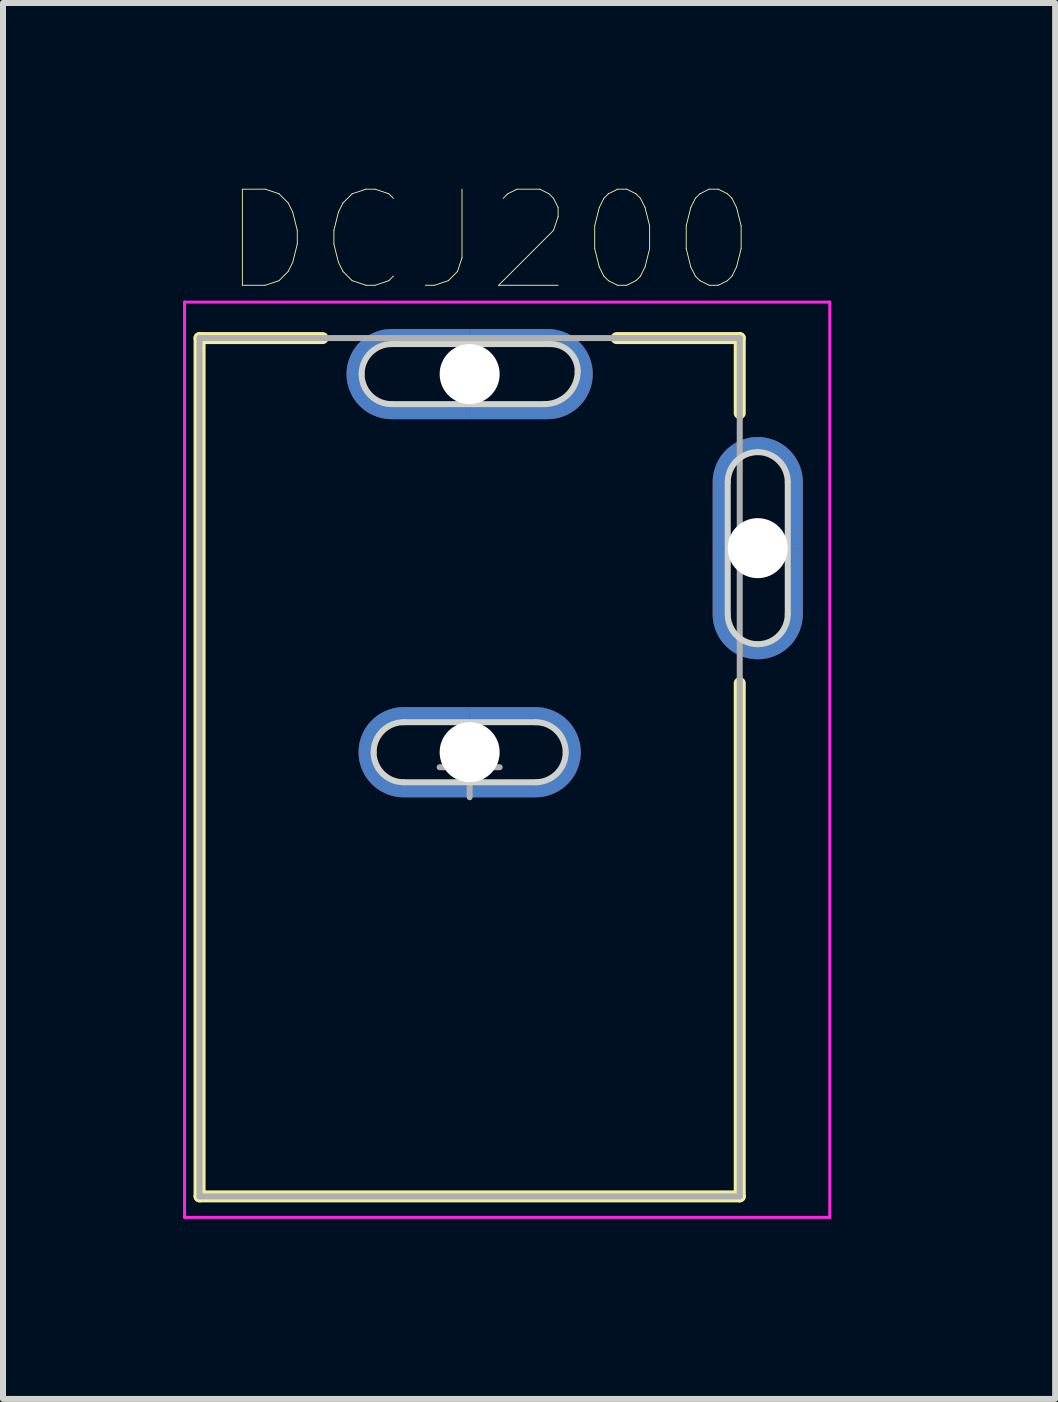
<source format=kicad_pcb>
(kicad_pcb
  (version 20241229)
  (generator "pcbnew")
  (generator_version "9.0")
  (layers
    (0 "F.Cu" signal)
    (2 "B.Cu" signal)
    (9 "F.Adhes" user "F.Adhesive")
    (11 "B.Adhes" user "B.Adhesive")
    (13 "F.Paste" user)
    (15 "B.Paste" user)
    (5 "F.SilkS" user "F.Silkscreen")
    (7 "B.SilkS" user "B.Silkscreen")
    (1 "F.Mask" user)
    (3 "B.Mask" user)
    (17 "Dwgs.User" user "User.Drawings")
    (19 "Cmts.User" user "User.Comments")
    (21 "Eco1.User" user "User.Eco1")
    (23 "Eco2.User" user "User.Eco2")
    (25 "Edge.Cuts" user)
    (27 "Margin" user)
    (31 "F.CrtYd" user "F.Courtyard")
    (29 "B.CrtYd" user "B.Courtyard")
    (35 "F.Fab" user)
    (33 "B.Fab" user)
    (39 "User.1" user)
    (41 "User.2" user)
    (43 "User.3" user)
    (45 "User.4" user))
  (footprint "DCJ200"
    (layer "F.Cu")
    (at 4.775 9.733)
    (property "Reference" "DCJ200" (at 0.33 -8.77 0) (layer "F.SilkS") (effects (font (size 1.601 1.601) (thickness 0.015))))
    (attr through_hole)
    (fp_poly (pts (xy 0 -7.05) (xy 0 -7.3) (xy -1.3 -7.3) (xy -1.339 -7.299) (xy -1.378 -7.296) (xy -1.417 -7.291) (xy -1.456 -7.284) (xy -1.494 -7.274) (xy -1.532 -7.263) (xy -1.569 -7.25) (xy -1.605 -7.235) (xy -1.64 -7.218) (xy -1.675 -7.2) (xy -1.708 -7.179) (xy -1.741 -7.157) (xy -1.772 -7.133) (xy -1.802 -7.107) (xy -1.83 -7.08) (xy -1.857 -7.052) (xy -1.883 -7.022) (xy -1.907 -6.991) (xy -1.929 -6.958) (xy -1.95 -6.925) (xy -1.968 -6.89) (xy -1.985 -6.855) (xy -2 -6.819) (xy -2.013 -6.782) (xy -2.024 -6.744) (xy -2.034 -6.706) (xy -2.041 -6.667) (xy -2.046 -6.628) (xy -2.049 -6.589) (xy -2.05 -6.55) (xy -2.049 -6.511) (xy -2.046 -6.472) (xy -2.041 -6.433) (xy -2.034 -6.394) (xy -2.024 -6.356) (xy -2.013 -6.318) (xy -2 -6.281) (xy -1.985 -6.245) (xy -1.968 -6.21) (xy -1.95 -6.175) (xy -1.929 -6.142) (xy -1.907 -6.109) (xy -1.883 -6.078) (xy -1.857 -6.048) (xy -1.83 -6.02) (xy -1.802 -5.993) (xy -1.772 -5.967) (xy -1.741 -5.943) (xy -1.708 -5.921) (xy -1.675 -5.9) (xy -1.64 -5.882) (xy -1.605 -5.865) (xy -1.569 -5.85) (xy -1.532 -5.837) (xy -1.494 -5.826) (xy -1.456 -5.816) (xy -1.417 -5.809) (xy -1.378 -5.804) (xy -1.339 -5.801) (xy -1.3 -5.8) (xy 0 -5.8) (xy 0 -6.05) (xy -1.3 -6.05) (xy -1.326 -6.051) (xy -1.352 -6.053) (xy -1.378 -6.056) (xy -1.404 -6.061) (xy -1.429 -6.067) (xy -1.455 -6.074) (xy -1.479 -6.083) (xy -1.503 -6.093) (xy -1.527 -6.104) (xy -1.55 -6.117) (xy -1.572 -6.131) (xy -1.594 -6.145) (xy -1.615 -6.161) (xy -1.635 -6.178) (xy -1.654 -6.196) (xy -1.672 -6.215) (xy -1.689 -6.235) (xy -1.705 -6.256) (xy -1.719 -6.278) (xy -1.733 -6.3) (xy -1.746 -6.323) (xy -1.757 -6.347) (xy -1.767 -6.371) (xy -1.776 -6.395) (xy -1.783 -6.421) (xy -1.789 -6.446) (xy -1.794 -6.472) (xy -1.797 -6.498) (xy -1.799 -6.524) (xy -1.8 -6.55) (xy -1.799 -6.576) (xy -1.797 -6.602) (xy -1.794 -6.628) (xy -1.789 -6.654) (xy -1.783 -6.679) (xy -1.776 -6.705) (xy -1.767 -6.729) (xy -1.757 -6.753) (xy -1.746 -6.777) (xy -1.733 -6.8) (xy -1.719 -6.822) (xy -1.705 -6.844) (xy -1.689 -6.865) (xy -1.672 -6.885) (xy -1.654 -6.904) (xy -1.635 -6.922) (xy -1.615 -6.939) (xy -1.594 -6.955) (xy -1.572 -6.969) (xy -1.55 -6.983) (xy -1.527 -6.996) (xy -1.503 -7.007) (xy -1.479 -7.017) (xy -1.455 -7.026) (xy -1.429 -7.033) (xy -1.404 -7.039) (xy -1.378 -7.044) (xy -1.352 -7.047) (xy -1.326 -7.049) (xy -1.3 -7.05) (xy 0 -7.05)) (stroke (width 0.001) (type solid)) (fill yes) (layer "F.Cu"))
    (fp_poly (pts (xy 0 -6.05) (xy 0 -5.8) (xy 1.3 -5.8) (xy 1.339 -5.801) (xy 1.378 -5.804) (xy 1.417 -5.809) (xy 1.456 -5.816) (xy 1.494 -5.826) (xy 1.532 -5.837) (xy 1.569 -5.85) (xy 1.605 -5.865) (xy 1.64 -5.882) (xy 1.675 -5.9) (xy 1.708 -5.921) (xy 1.741 -5.943) (xy 1.772 -5.967) (xy 1.802 -5.993) (xy 1.83 -6.02) (xy 1.857 -6.048) (xy 1.883 -6.078) (xy 1.907 -6.109) (xy 1.929 -6.142) (xy 1.95 -6.175) (xy 1.968 -6.21) (xy 1.985 -6.245) (xy 2 -6.281) (xy 2.013 -6.318) (xy 2.024 -6.356) (xy 2.034 -6.394) (xy 2.041 -6.433) (xy 2.046 -6.472) (xy 2.049 -6.511) (xy 2.05 -6.55) (xy 2.049 -6.589) (xy 2.046 -6.628) (xy 2.041 -6.667) (xy 2.034 -6.706) (xy 2.024 -6.744) (xy 2.013 -6.782) (xy 2 -6.819) (xy 1.985 -6.855) (xy 1.968 -6.89) (xy 1.95 -6.925) (xy 1.929 -6.958) (xy 1.907 -6.991) (xy 1.883 -7.022) (xy 1.857 -7.052) (xy 1.83 -7.08) (xy 1.802 -7.107) (xy 1.772 -7.133) (xy 1.741 -7.157) (xy 1.708 -7.179) (xy 1.675 -7.2) (xy 1.64 -7.218) (xy 1.605 -7.235) (xy 1.569 -7.25) (xy 1.532 -7.263) (xy 1.494 -7.274) (xy 1.456 -7.284) (xy 1.417 -7.291) (xy 1.378 -7.296) (xy 1.339 -7.299) (xy 1.3 -7.3) (xy 0 -7.3) (xy 0 -7.05) (xy 1.3 -7.05) (xy 1.326 -7.049) (xy 1.352 -7.047) (xy 1.378 -7.044) (xy 1.404 -7.039) (xy 1.429 -7.033) (xy 1.455 -7.026) (xy 1.479 -7.017) (xy 1.503 -7.007) (xy 1.527 -6.996) (xy 1.55 -6.983) (xy 1.572 -6.969) (xy 1.594 -6.955) (xy 1.615 -6.939) (xy 1.635 -6.922) (xy 1.654 -6.904) (xy 1.672 -6.885) (xy 1.689 -6.865) (xy 1.705 -6.844) (xy 1.719 -6.822) (xy 1.733 -6.8) (xy 1.746 -6.777) (xy 1.757 -6.753) (xy 1.767 -6.729) (xy 1.776 -6.705) (xy 1.783 -6.679) (xy 1.789 -6.654) (xy 1.794 -6.628) (xy 1.797 -6.602) (xy 1.799 -6.576) (xy 1.8 -6.55) (xy 1.799 -6.524) (xy 1.797 -6.498) (xy 1.794 -6.472) (xy 1.789 -6.446) (xy 1.783 -6.421) (xy 1.776 -6.395) (xy 1.767 -6.371) (xy 1.757 -6.347) (xy 1.746 -6.323) (xy 1.733 -6.3) (xy 1.719 -6.278) (xy 1.705 -6.256) (xy 1.689 -6.235) (xy 1.672 -6.215) (xy 1.654 -6.196) (xy 1.635 -6.178) (xy 1.615 -6.161) (xy 1.594 -6.145) (xy 1.572 -6.131) (xy 1.55 -6.117) (xy 1.527 -6.104) (xy 1.503 -6.093) (xy 1.479 -6.083) (xy 1.455 -6.074) (xy 1.429 -6.067) (xy 1.404 -6.061) (xy 1.378 -6.056) (xy 1.352 -6.053) (xy 1.326 -6.051) (xy 1.3 -6.05) (xy 0 -6.05)) (stroke (width 0.001) (type solid)) (fill yes) (layer "F.Cu"))
    (fp_poly (pts (xy 0 -0.75) (xy 0 -1) (xy -1.1 -1) (xy -1.139 -0.999) (xy -1.178 -0.996) (xy -1.217 -0.991) (xy -1.256 -0.984) (xy -1.294 -0.974) (xy -1.332 -0.963) (xy -1.369 -0.95) (xy -1.405 -0.935) (xy -1.44 -0.918) (xy -1.475 -0.9) (xy -1.508 -0.879) (xy -1.541 -0.857) (xy -1.572 -0.833) (xy -1.602 -0.807) (xy -1.63 -0.78) (xy -1.657 -0.752) (xy -1.683 -0.722) (xy -1.707 -0.691) (xy -1.729 -0.658) (xy -1.75 -0.625) (xy -1.768 -0.59) (xy -1.785 -0.555) (xy -1.8 -0.519) (xy -1.813 -0.482) (xy -1.824 -0.444) (xy -1.834 -0.406) (xy -1.841 -0.367) (xy -1.846 -0.328) (xy -1.849 -0.289) (xy -1.85 -0.25) (xy -1.849 -0.211) (xy -1.846 -0.172) (xy -1.841 -0.133) (xy -1.834 -0.094) (xy -1.824 -0.056) (xy -1.813 -0.018) (xy -1.8 0.019) (xy -1.785 0.055) (xy -1.768 0.09) (xy -1.75 0.125) (xy -1.729 0.158) (xy -1.707 0.191) (xy -1.683 0.222) (xy -1.657 0.252) (xy -1.63 0.28) (xy -1.602 0.307) (xy -1.572 0.333) (xy -1.541 0.357) (xy -1.508 0.379) (xy -1.475 0.4) (xy -1.44 0.418) (xy -1.405 0.435) (xy -1.369 0.45) (xy -1.332 0.463) (xy -1.294 0.474) (xy -1.256 0.484) (xy -1.217 0.491) (xy -1.178 0.496) (xy -1.139 0.499) (xy -1.1 0.5) (xy 0 0.5) (xy 0 0.25) (xy -1.1 0.25) (xy -1.126 0.249) (xy -1.152 0.247) (xy -1.178 0.244) (xy -1.204 0.239) (xy -1.229 0.233) (xy -1.255 0.226) (xy -1.279 0.217) (xy -1.303 0.207) (xy -1.327 0.196) (xy -1.35 0.183) (xy -1.372 0.169) (xy -1.394 0.155) (xy -1.415 0.139) (xy -1.435 0.122) (xy -1.454 0.104) (xy -1.472 0.085) (xy -1.489 0.065) (xy -1.505 0.044) (xy -1.519 0.022) (xy -1.533 0) (xy -1.546 -0.023) (xy -1.557 -0.047) (xy -1.567 -0.071) (xy -1.576 -0.095) (xy -1.583 -0.121) (xy -1.589 -0.146) (xy -1.594 -0.172) (xy -1.597 -0.198) (xy -1.599 -0.224) (xy -1.6 -0.25) (xy -1.599 -0.276) (xy -1.597 -0.302) (xy -1.594 -0.328) (xy -1.589 -0.354) (xy -1.583 -0.379) (xy -1.576 -0.405) (xy -1.567 -0.429) (xy -1.557 -0.453) (xy -1.546 -0.477) (xy -1.533 -0.5) (xy -1.519 -0.522) (xy -1.505 -0.544) (xy -1.489 -0.565) (xy -1.472 -0.585) (xy -1.454 -0.604) (xy -1.435 -0.622) (xy -1.415 -0.639) (xy -1.394 -0.655) (xy -1.372 -0.669) (xy -1.35 -0.683) (xy -1.327 -0.696) (xy -1.303 -0.707) (xy -1.279 -0.717) (xy -1.255 -0.726) (xy -1.229 -0.733) (xy -1.204 -0.739) (xy -1.178 -0.744) (xy -1.152 -0.747) (xy -1.126 -0.749) (xy -1.1 -0.75) (xy 0 -0.75)) (stroke (width 0.001) (type solid)) (fill yes) (layer "F.Cu"))
    (fp_poly (pts (xy 0 0.25) (xy 0 0.5) (xy 1.1 0.5) (xy 1.139 0.499) (xy 1.178 0.496) (xy 1.217 0.491) (xy 1.256 0.484) (xy 1.294 0.474) (xy 1.332 0.463) (xy 1.369 0.45) (xy 1.405 0.435) (xy 1.44 0.418) (xy 1.475 0.4) (xy 1.508 0.379) (xy 1.541 0.357) (xy 1.572 0.333) (xy 1.602 0.307) (xy 1.63 0.28) (xy 1.657 0.252) (xy 1.683 0.222) (xy 1.707 0.191) (xy 1.729 0.158) (xy 1.75 0.125) (xy 1.768 0.09) (xy 1.785 0.055) (xy 1.8 0.019) (xy 1.813 -0.018) (xy 1.824 -0.056) (xy 1.834 -0.094) (xy 1.841 -0.133) (xy 1.846 -0.172) (xy 1.849 -0.211) (xy 1.85 -0.25) (xy 1.849 -0.289) (xy 1.846 -0.328) (xy 1.841 -0.367) (xy 1.834 -0.406) (xy 1.824 -0.444) (xy 1.813 -0.482) (xy 1.8 -0.519) (xy 1.785 -0.555) (xy 1.768 -0.59) (xy 1.75 -0.625) (xy 1.729 -0.658) (xy 1.707 -0.691) (xy 1.683 -0.722) (xy 1.657 -0.752) (xy 1.63 -0.78) (xy 1.602 -0.807) (xy 1.572 -0.833) (xy 1.541 -0.857) (xy 1.508 -0.879) (xy 1.475 -0.9) (xy 1.44 -0.918) (xy 1.405 -0.935) (xy 1.369 -0.95) (xy 1.332 -0.963) (xy 1.294 -0.974) (xy 1.256 -0.984) (xy 1.217 -0.991) (xy 1.178 -0.996) (xy 1.139 -0.999) (xy 1.1 -1) (xy 0 -1) (xy 0 -0.75) (xy 1.1 -0.75) (xy 1.126 -0.749) (xy 1.152 -0.747) (xy 1.178 -0.744) (xy 1.204 -0.739) (xy 1.229 -0.733) (xy 1.255 -0.726) (xy 1.279 -0.717) (xy 1.303 -0.707) (xy 1.327 -0.696) (xy 1.35 -0.683) (xy 1.372 -0.669) (xy 1.394 -0.655) (xy 1.415 -0.639) (xy 1.435 -0.622) (xy 1.454 -0.604) (xy 1.472 -0.585) (xy 1.489 -0.565) (xy 1.505 -0.544) (xy 1.519 -0.522) (xy 1.533 -0.5) (xy 1.546 -0.477) (xy 1.557 -0.453) (xy 1.567 -0.429) (xy 1.576 -0.405) (xy 1.583 -0.379) (xy 1.589 -0.354) (xy 1.594 -0.328) (xy 1.597 -0.302) (xy 1.599 -0.276) (xy 1.6 -0.25) (xy 1.599 -0.224) (xy 1.597 -0.198) (xy 1.594 -0.172) (xy 1.589 -0.146) (xy 1.583 -0.121) (xy 1.576 -0.095) (xy 1.567 -0.071) (xy 1.557 -0.047) (xy 1.546 -0.023) (xy 1.533 0) (xy 1.519 0.022) (xy 1.505 0.044) (xy 1.489 0.065) (xy 1.472 0.085) (xy 1.454 0.104) (xy 1.435 0.122) (xy 1.415 0.139) (xy 1.394 0.155) (xy 1.372 0.169) (xy 1.35 0.183) (xy 1.327 0.196) (xy 1.303 0.207) (xy 1.279 0.217) (xy 1.255 0.226) (xy 1.229 0.233) (xy 1.204 0.239) (xy 1.178 0.244) (xy 1.152 0.247) (xy 1.126 0.249) (xy 1.1 0.25) (xy 0 0.25)) (stroke (width 0.001) (type solid)) (fill yes) (layer "F.Cu"))
    (fp_poly (pts (xy 4.3 -3.65) (xy 4.05 -3.65) (xy 4.05 -2.55) (xy 4.051 -2.511) (xy 4.054 -2.472) (xy 4.059 -2.433) (xy 4.066 -2.394) (xy 4.076 -2.356) (xy 4.087 -2.318) (xy 4.1 -2.281) (xy 4.115 -2.245) (xy 4.132 -2.21) (xy 4.15 -2.175) (xy 4.171 -2.142) (xy 4.193 -2.109) (xy 4.217 -2.078) (xy 4.243 -2.048) (xy 4.27 -2.02) (xy 4.298 -1.993) (xy 4.328 -1.967) (xy 4.359 -1.943) (xy 4.392 -1.921) (xy 4.425 -1.9) (xy 4.46 -1.882) (xy 4.495 -1.865) (xy 4.531 -1.85) (xy 4.568 -1.837) (xy 4.606 -1.826) (xy 4.644 -1.816) (xy 4.683 -1.809) (xy 4.722 -1.804) (xy 4.761 -1.801) (xy 4.8 -1.8) (xy 4.839 -1.801) (xy 4.878 -1.804) (xy 4.917 -1.809) (xy 4.956 -1.816) (xy 4.994 -1.826) (xy 5.032 -1.837) (xy 5.069 -1.85) (xy 5.105 -1.865) (xy 5.14 -1.882) (xy 5.175 -1.9) (xy 5.208 -1.921) (xy 5.241 -1.943) (xy 5.272 -1.967) (xy 5.302 -1.993) (xy 5.33 -2.02) (xy 5.357 -2.048) (xy 5.383 -2.078) (xy 5.407 -2.109) (xy 5.429 -2.142) (xy 5.45 -2.175) (xy 5.468 -2.21) (xy 5.485 -2.245) (xy 5.5 -2.281) (xy 5.513 -2.318) (xy 5.524 -2.356) (xy 5.534 -2.394) (xy 5.541 -2.433) (xy 5.546 -2.472) (xy 5.549 -2.511) (xy 5.55 -2.55) (xy 5.55 -3.65) (xy 5.3 -3.65) (xy 5.3 -2.55) (xy 5.299 -2.524) (xy 5.297 -2.498) (xy 5.294 -2.472) (xy 5.289 -2.446) (xy 5.283 -2.421) (xy 5.276 -2.395) (xy 5.267 -2.371) (xy 5.257 -2.347) (xy 5.246 -2.323) (xy 5.233 -2.3) (xy 5.219 -2.278) (xy 5.205 -2.256) (xy 5.189 -2.235) (xy 5.172 -2.215) (xy 5.154 -2.196) (xy 5.135 -2.178) (xy 5.115 -2.161) (xy 5.094 -2.145) (xy 5.072 -2.131) (xy 5.05 -2.117) (xy 5.027 -2.104) (xy 5.003 -2.093) (xy 4.979 -2.083) (xy 4.955 -2.074) (xy 4.929 -2.067) (xy 4.904 -2.061) (xy 4.878 -2.056) (xy 4.852 -2.053) (xy 4.826 -2.051) (xy 4.8 -2.05) (xy 4.774 -2.051) (xy 4.748 -2.053) (xy 4.722 -2.056) (xy 4.696 -2.061) (xy 4.671 -2.067) (xy 4.645 -2.074) (xy 4.621 -2.083) (xy 4.597 -2.093) (xy 4.573 -2.104) (xy 4.55 -2.117) (xy 4.528 -2.131) (xy 4.506 -2.145) (xy 4.485 -2.161) (xy 4.465 -2.178) (xy 4.446 -2.196) (xy 4.428 -2.215) (xy 4.411 -2.235) (xy 4.395 -2.256) (xy 4.381 -2.278) (xy 4.367 -2.3) (xy 4.354 -2.323) (xy 4.343 -2.347) (xy 4.333 -2.371) (xy 4.324 -2.395) (xy 4.317 -2.421) (xy 4.311 -2.446) (xy 4.306 -2.472) (xy 4.303 -2.498) (xy 4.301 -2.524) (xy 4.3 -2.55) (xy 4.3 -3.65)) (stroke (width 0.001) (type solid)) (fill yes) (layer "F.Cu"))
    (fp_poly (pts (xy 5.3 -3.65) (xy 5.55 -3.65) (xy 5.55 -4.75) (xy 5.549 -4.789) (xy 5.546 -4.828) (xy 5.541 -4.867) (xy 5.534 -4.906) (xy 5.524 -4.944) (xy 5.513 -4.982) (xy 5.5 -5.019) (xy 5.485 -5.055) (xy 5.468 -5.09) (xy 5.45 -5.125) (xy 5.429 -5.158) (xy 5.407 -5.191) (xy 5.383 -5.222) (xy 5.357 -5.252) (xy 5.33 -5.28) (xy 5.302 -5.307) (xy 5.272 -5.333) (xy 5.241 -5.357) (xy 5.208 -5.379) (xy 5.175 -5.4) (xy 5.14 -5.418) (xy 5.105 -5.435) (xy 5.069 -5.45) (xy 5.032 -5.463) (xy 4.994 -5.474) (xy 4.956 -5.484) (xy 4.917 -5.491) (xy 4.878 -5.496) (xy 4.839 -5.499) (xy 4.8 -5.5) (xy 4.761 -5.499) (xy 4.722 -5.496) (xy 4.683 -5.491) (xy 4.644 -5.484) (xy 4.606 -5.474) (xy 4.568 -5.463) (xy 4.531 -5.45) (xy 4.495 -5.435) (xy 4.46 -5.418) (xy 4.425 -5.4) (xy 4.392 -5.379) (xy 4.359 -5.357) (xy 4.328 -5.333) (xy 4.298 -5.307) (xy 4.27 -5.28) (xy 4.243 -5.252) (xy 4.217 -5.222) (xy 4.193 -5.191) (xy 4.171 -5.158) (xy 4.15 -5.125) (xy 4.132 -5.09) (xy 4.115 -5.055) (xy 4.1 -5.019) (xy 4.087 -4.982) (xy 4.076 -4.944) (xy 4.066 -4.906) (xy 4.059 -4.867) (xy 4.054 -4.828) (xy 4.051 -4.789) (xy 4.05 -4.75) (xy 4.05 -3.65) (xy 4.3 -3.65) (xy 4.3 -4.75) (xy 4.301 -4.776) (xy 4.303 -4.802) (xy 4.306 -4.828) (xy 4.311 -4.854) (xy 4.317 -4.879) (xy 4.324 -4.905) (xy 4.333 -4.929) (xy 4.343 -4.953) (xy 4.354 -4.977) (xy 4.367 -5) (xy 4.381 -5.022) (xy 4.395 -5.044) (xy 4.411 -5.065) (xy 4.428 -5.085) (xy 4.446 -5.104) (xy 4.465 -5.122) (xy 4.485 -5.139) (xy 4.506 -5.155) (xy 4.528 -5.169) (xy 4.55 -5.183) (xy 4.573 -5.196) (xy 4.597 -5.207) (xy 4.621 -5.217) (xy 4.645 -5.226) (xy 4.671 -5.233) (xy 4.696 -5.239) (xy 4.722 -5.244) (xy 4.748 -5.247) (xy 4.774 -5.249) (xy 4.8 -5.25) (xy 4.826 -5.249) (xy 4.852 -5.247) (xy 4.878 -5.244) (xy 4.904 -5.239) (xy 4.929 -5.233) (xy 4.955 -5.226) (xy 4.979 -5.217) (xy 5.003 -5.207) (xy 5.027 -5.196) (xy 5.05 -5.183) (xy 5.072 -5.169) (xy 5.094 -5.155) (xy 5.115 -5.139) (xy 5.135 -5.122) (xy 5.154 -5.104) (xy 5.172 -5.085) (xy 5.189 -5.065) (xy 5.205 -5.044) (xy 5.219 -5.022) (xy 5.233 -5) (xy 5.246 -4.977) (xy 5.257 -4.953) (xy 5.267 -4.929) (xy 5.276 -4.905) (xy 5.283 -4.879) (xy 5.289 -4.854) (xy 5.294 -4.828) (xy 5.297 -4.802) (xy 5.299 -4.776) (xy 5.3 -4.75) (xy 5.3 -3.65)) (stroke (width 0.001) (type solid)) (fill yes) (layer "F.Cu"))
    (fp_poly (pts (xy -2.152 -7.4) (xy 2.15 -7.4) (xy 2.15 -5.706) (xy -2.152 -5.706)) (stroke (width 0.01) (type solid)) (fill yes) (layer "F.Mask"))
    (fp_poly (pts (xy -1.951 -1.1) (xy 1.95 -1.1) (xy 1.95 0.6) (xy -1.951 0.6)) (stroke (width 0.01) (type solid)) (fill yes) (layer "F.Mask"))
    (fp_poly (pts (xy 2.855 -4.5) (xy 6.75 -4.5) (xy 6.75 -2.804) (xy 2.855 -2.804)) (stroke (width 0.01) (type solid)) (fill yes) (layer "F.Mask"))
    (fp_poly (pts (xy 0 -7.05) (xy 0 -7.3) (xy -1.3 -7.3) (xy -1.339 -7.299) (xy -1.378 -7.296) (xy -1.417 -7.291) (xy -1.456 -7.284) (xy -1.494 -7.274) (xy -1.532 -7.263) (xy -1.569 -7.25) (xy -1.605 -7.235) (xy -1.64 -7.218) (xy -1.675 -7.2) (xy -1.708 -7.179) (xy -1.741 -7.157) (xy -1.772 -7.133) (xy -1.802 -7.107) (xy -1.83 -7.08) (xy -1.857 -7.052) (xy -1.883 -7.022) (xy -1.907 -6.991) (xy -1.929 -6.958) (xy -1.95 -6.925) (xy -1.968 -6.89) (xy -1.985 -6.855) (xy -2 -6.819) (xy -2.013 -6.782) (xy -2.024 -6.744) (xy -2.034 -6.706) (xy -2.041 -6.667) (xy -2.046 -6.628) (xy -2.049 -6.589) (xy -2.05 -6.55) (xy -2.049 -6.511) (xy -2.046 -6.472) (xy -2.041 -6.433) (xy -2.034 -6.394) (xy -2.024 -6.356) (xy -2.013 -6.318) (xy -2 -6.281) (xy -1.985 -6.245) (xy -1.968 -6.21) (xy -1.95 -6.175) (xy -1.929 -6.142) (xy -1.907 -6.109) (xy -1.883 -6.078) (xy -1.857 -6.048) (xy -1.83 -6.02) (xy -1.802 -5.993) (xy -1.772 -5.967) (xy -1.741 -5.943) (xy -1.708 -5.921) (xy -1.675 -5.9) (xy -1.64 -5.882) (xy -1.605 -5.865) (xy -1.569 -5.85) (xy -1.532 -5.837) (xy -1.494 -5.826) (xy -1.456 -5.816) (xy -1.417 -5.809) (xy -1.378 -5.804) (xy -1.339 -5.801) (xy -1.3 -5.8) (xy 0 -5.8) (xy 0 -6.05) (xy -1.3 -6.05) (xy -1.326 -6.051) (xy -1.352 -6.053) (xy -1.378 -6.056) (xy -1.404 -6.061) (xy -1.429 -6.067) (xy -1.455 -6.074) (xy -1.479 -6.083) (xy -1.503 -6.093) (xy -1.527 -6.104) (xy -1.55 -6.117) (xy -1.572 -6.131) (xy -1.594 -6.145) (xy -1.615 -6.161) (xy -1.635 -6.178) (xy -1.654 -6.196) (xy -1.672 -6.215) (xy -1.689 -6.235) (xy -1.705 -6.256) (xy -1.719 -6.278) (xy -1.733 -6.3) (xy -1.746 -6.323) (xy -1.757 -6.347) (xy -1.767 -6.371) (xy -1.776 -6.395) (xy -1.783 -6.421) (xy -1.789 -6.446) (xy -1.794 -6.472) (xy -1.797 -6.498) (xy -1.799 -6.524) (xy -1.8 -6.55) (xy -1.799 -6.576) (xy -1.797 -6.602) (xy -1.794 -6.628) (xy -1.789 -6.654) (xy -1.783 -6.679) (xy -1.776 -6.705) (xy -1.767 -6.729) (xy -1.757 -6.753) (xy -1.746 -6.777) (xy -1.733 -6.8) (xy -1.719 -6.822) (xy -1.705 -6.844) (xy -1.689 -6.865) (xy -1.672 -6.885) (xy -1.654 -6.904) (xy -1.635 -6.922) (xy -1.615 -6.939) (xy -1.594 -6.955) (xy -1.572 -6.969) (xy -1.55 -6.983) (xy -1.527 -6.996) (xy -1.503 -7.007) (xy -1.479 -7.017) (xy -1.455 -7.026) (xy -1.429 -7.033) (xy -1.404 -7.039) (xy -1.378 -7.044) (xy -1.352 -7.047) (xy -1.326 -7.049) (xy -1.3 -7.05) (xy 0 -7.05)) (stroke (width 0.001) (type solid)) (fill yes) (layer "B.Cu"))
    (fp_poly (pts (xy 0 -6.05) (xy 0 -5.8) (xy 1.3 -5.8) (xy 1.339 -5.801) (xy 1.378 -5.804) (xy 1.417 -5.809) (xy 1.456 -5.816) (xy 1.494 -5.826) (xy 1.532 -5.837) (xy 1.569 -5.85) (xy 1.605 -5.865) (xy 1.64 -5.882) (xy 1.675 -5.9) (xy 1.708 -5.921) (xy 1.741 -5.943) (xy 1.772 -5.967) (xy 1.802 -5.993) (xy 1.83 -6.02) (xy 1.857 -6.048) (xy 1.883 -6.078) (xy 1.907 -6.109) (xy 1.929 -6.142) (xy 1.95 -6.175) (xy 1.968 -6.21) (xy 1.985 -6.245) (xy 2 -6.281) (xy 2.013 -6.318) (xy 2.024 -6.356) (xy 2.034 -6.394) (xy 2.041 -6.433) (xy 2.046 -6.472) (xy 2.049 -6.511) (xy 2.05 -6.55) (xy 2.049 -6.589) (xy 2.046 -6.628) (xy 2.041 -6.667) (xy 2.034 -6.706) (xy 2.024 -6.744) (xy 2.013 -6.782) (xy 2 -6.819) (xy 1.985 -6.855) (xy 1.968 -6.89) (xy 1.95 -6.925) (xy 1.929 -6.958) (xy 1.907 -6.991) (xy 1.883 -7.022) (xy 1.857 -7.052) (xy 1.83 -7.08) (xy 1.802 -7.107) (xy 1.772 -7.133) (xy 1.741 -7.157) (xy 1.708 -7.179) (xy 1.675 -7.2) (xy 1.64 -7.218) (xy 1.605 -7.235) (xy 1.569 -7.25) (xy 1.532 -7.263) (xy 1.494 -7.274) (xy 1.456 -7.284) (xy 1.417 -7.291) (xy 1.378 -7.296) (xy 1.339 -7.299) (xy 1.3 -7.3) (xy 0 -7.3) (xy 0 -7.05) (xy 1.3 -7.05) (xy 1.326 -7.049) (xy 1.352 -7.047) (xy 1.378 -7.044) (xy 1.404 -7.039) (xy 1.429 -7.033) (xy 1.455 -7.026) (xy 1.479 -7.017) (xy 1.503 -7.007) (xy 1.527 -6.996) (xy 1.55 -6.983) (xy 1.572 -6.969) (xy 1.594 -6.955) (xy 1.615 -6.939) (xy 1.635 -6.922) (xy 1.654 -6.904) (xy 1.672 -6.885) (xy 1.689 -6.865) (xy 1.705 -6.844) (xy 1.719 -6.822) (xy 1.733 -6.8) (xy 1.746 -6.777) (xy 1.757 -6.753) (xy 1.767 -6.729) (xy 1.776 -6.705) (xy 1.783 -6.679) (xy 1.789 -6.654) (xy 1.794 -6.628) (xy 1.797 -6.602) (xy 1.799 -6.576) (xy 1.8 -6.55) (xy 1.799 -6.524) (xy 1.797 -6.498) (xy 1.794 -6.472) (xy 1.789 -6.446) (xy 1.783 -6.421) (xy 1.776 -6.395) (xy 1.767 -6.371) (xy 1.757 -6.347) (xy 1.746 -6.323) (xy 1.733 -6.3) (xy 1.719 -6.278) (xy 1.705 -6.256) (xy 1.689 -6.235) (xy 1.672 -6.215) (xy 1.654 -6.196) (xy 1.635 -6.178) (xy 1.615 -6.161) (xy 1.594 -6.145) (xy 1.572 -6.131) (xy 1.55 -6.117) (xy 1.527 -6.104) (xy 1.503 -6.093) (xy 1.479 -6.083) (xy 1.455 -6.074) (xy 1.429 -6.067) (xy 1.404 -6.061) (xy 1.378 -6.056) (xy 1.352 -6.053) (xy 1.326 -6.051) (xy 1.3 -6.05) (xy 0 -6.05)) (stroke (width 0.001) (type solid)) (fill yes) (layer "B.Cu"))
    (fp_poly (pts (xy 0 -0.75) (xy 0 -1) (xy -1.1 -1) (xy -1.139 -0.999) (xy -1.178 -0.996) (xy -1.217 -0.991) (xy -1.256 -0.984) (xy -1.294 -0.974) (xy -1.332 -0.963) (xy -1.369 -0.95) (xy -1.405 -0.935) (xy -1.44 -0.918) (xy -1.475 -0.9) (xy -1.508 -0.879) (xy -1.541 -0.857) (xy -1.572 -0.833) (xy -1.602 -0.807) (xy -1.63 -0.78) (xy -1.657 -0.752) (xy -1.683 -0.722) (xy -1.707 -0.691) (xy -1.729 -0.658) (xy -1.75 -0.625) (xy -1.768 -0.59) (xy -1.785 -0.555) (xy -1.8 -0.519) (xy -1.813 -0.482) (xy -1.824 -0.444) (xy -1.834 -0.406) (xy -1.841 -0.367) (xy -1.846 -0.328) (xy -1.849 -0.289) (xy -1.85 -0.25) (xy -1.849 -0.211) (xy -1.846 -0.172) (xy -1.841 -0.133) (xy -1.834 -0.094) (xy -1.824 -0.056) (xy -1.813 -0.018) (xy -1.8 0.019) (xy -1.785 0.055) (xy -1.768 0.09) (xy -1.75 0.125) (xy -1.729 0.158) (xy -1.707 0.191) (xy -1.683 0.222) (xy -1.657 0.252) (xy -1.63 0.28) (xy -1.602 0.307) (xy -1.572 0.333) (xy -1.541 0.357) (xy -1.508 0.379) (xy -1.475 0.4) (xy -1.44 0.418) (xy -1.405 0.435) (xy -1.369 0.45) (xy -1.332 0.463) (xy -1.294 0.474) (xy -1.256 0.484) (xy -1.217 0.491) (xy -1.178 0.496) (xy -1.139 0.499) (xy -1.1 0.5) (xy 0 0.5) (xy 0 0.25) (xy -1.1 0.25) (xy -1.126 0.249) (xy -1.152 0.247) (xy -1.178 0.244) (xy -1.204 0.239) (xy -1.229 0.233) (xy -1.255 0.226) (xy -1.279 0.217) (xy -1.303 0.207) (xy -1.327 0.196) (xy -1.35 0.183) (xy -1.372 0.169) (xy -1.394 0.155) (xy -1.415 0.139) (xy -1.435 0.122) (xy -1.454 0.104) (xy -1.472 0.085) (xy -1.489 0.065) (xy -1.505 0.044) (xy -1.519 0.022) (xy -1.533 0) (xy -1.546 -0.023) (xy -1.557 -0.047) (xy -1.567 -0.071) (xy -1.576 -0.095) (xy -1.583 -0.121) (xy -1.589 -0.146) (xy -1.594 -0.172) (xy -1.597 -0.198) (xy -1.599 -0.224) (xy -1.6 -0.25) (xy -1.599 -0.276) (xy -1.597 -0.302) (xy -1.594 -0.328) (xy -1.589 -0.354) (xy -1.583 -0.379) (xy -1.576 -0.405) (xy -1.567 -0.429) (xy -1.557 -0.453) (xy -1.546 -0.477) (xy -1.533 -0.5) (xy -1.519 -0.522) (xy -1.505 -0.544) (xy -1.489 -0.565) (xy -1.472 -0.585) (xy -1.454 -0.604) (xy -1.435 -0.622) (xy -1.415 -0.639) (xy -1.394 -0.655) (xy -1.372 -0.669) (xy -1.35 -0.683) (xy -1.327 -0.696) (xy -1.303 -0.707) (xy -1.279 -0.717) (xy -1.255 -0.726) (xy -1.229 -0.733) (xy -1.204 -0.739) (xy -1.178 -0.744) (xy -1.152 -0.747) (xy -1.126 -0.749) (xy -1.1 -0.75) (xy 0 -0.75)) (stroke (width 0.001) (type solid)) (fill yes) (layer "B.Cu"))
    (fp_poly (pts (xy 0 0.25) (xy 0 0.5) (xy 1.1 0.5) (xy 1.139 0.499) (xy 1.178 0.496) (xy 1.217 0.491) (xy 1.256 0.484) (xy 1.294 0.474) (xy 1.332 0.463) (xy 1.369 0.45) (xy 1.405 0.435) (xy 1.44 0.418) (xy 1.475 0.4) (xy 1.508 0.379) (xy 1.541 0.357) (xy 1.572 0.333) (xy 1.602 0.307) (xy 1.63 0.28) (xy 1.657 0.252) (xy 1.683 0.222) (xy 1.707 0.191) (xy 1.729 0.158) (xy 1.75 0.125) (xy 1.768 0.09) (xy 1.785 0.055) (xy 1.8 0.019) (xy 1.813 -0.018) (xy 1.824 -0.056) (xy 1.834 -0.094) (xy 1.841 -0.133) (xy 1.846 -0.172) (xy 1.849 -0.211) (xy 1.85 -0.25) (xy 1.849 -0.289) (xy 1.846 -0.328) (xy 1.841 -0.367) (xy 1.834 -0.406) (xy 1.824 -0.444) (xy 1.813 -0.482) (xy 1.8 -0.519) (xy 1.785 -0.555) (xy 1.768 -0.59) (xy 1.75 -0.625) (xy 1.729 -0.658) (xy 1.707 -0.691) (xy 1.683 -0.722) (xy 1.657 -0.752) (xy 1.63 -0.78) (xy 1.602 -0.807) (xy 1.572 -0.833) (xy 1.541 -0.857) (xy 1.508 -0.879) (xy 1.475 -0.9) (xy 1.44 -0.918) (xy 1.405 -0.935) (xy 1.369 -0.95) (xy 1.332 -0.963) (xy 1.294 -0.974) (xy 1.256 -0.984) (xy 1.217 -0.991) (xy 1.178 -0.996) (xy 1.139 -0.999) (xy 1.1 -1) (xy 0 -1) (xy 0 -0.75) (xy 1.1 -0.75) (xy 1.126 -0.749) (xy 1.152 -0.747) (xy 1.178 -0.744) (xy 1.204 -0.739) (xy 1.229 -0.733) (xy 1.255 -0.726) (xy 1.279 -0.717) (xy 1.303 -0.707) (xy 1.327 -0.696) (xy 1.35 -0.683) (xy 1.372 -0.669) (xy 1.394 -0.655) (xy 1.415 -0.639) (xy 1.435 -0.622) (xy 1.454 -0.604) (xy 1.472 -0.585) (xy 1.489 -0.565) (xy 1.505 -0.544) (xy 1.519 -0.522) (xy 1.533 -0.5) (xy 1.546 -0.477) (xy 1.557 -0.453) (xy 1.567 -0.429) (xy 1.576 -0.405) (xy 1.583 -0.379) (xy 1.589 -0.354) (xy 1.594 -0.328) (xy 1.597 -0.302) (xy 1.599 -0.276) (xy 1.6 -0.25) (xy 1.599 -0.224) (xy 1.597 -0.198) (xy 1.594 -0.172) (xy 1.589 -0.146) (xy 1.583 -0.121) (xy 1.576 -0.095) (xy 1.567 -0.071) (xy 1.557 -0.047) (xy 1.546 -0.023) (xy 1.533 0) (xy 1.519 0.022) (xy 1.505 0.044) (xy 1.489 0.065) (xy 1.472 0.085) (xy 1.454 0.104) (xy 1.435 0.122) (xy 1.415 0.139) (xy 1.394 0.155) (xy 1.372 0.169) (xy 1.35 0.183) (xy 1.327 0.196) (xy 1.303 0.207) (xy 1.279 0.217) (xy 1.255 0.226) (xy 1.229 0.233) (xy 1.204 0.239) (xy 1.178 0.244) (xy 1.152 0.247) (xy 1.126 0.249) (xy 1.1 0.25) (xy 0 0.25)) (stroke (width 0.001) (type solid)) (fill yes) (layer "B.Cu"))
    (fp_poly (pts (xy 4.3 -3.65) (xy 4.05 -3.65) (xy 4.05 -2.55) (xy 4.051 -2.511) (xy 4.054 -2.472) (xy 4.059 -2.433) (xy 4.066 -2.394) (xy 4.076 -2.356) (xy 4.087 -2.318) (xy 4.1 -2.281) (xy 4.115 -2.245) (xy 4.132 -2.21) (xy 4.15 -2.175) (xy 4.171 -2.142) (xy 4.193 -2.109) (xy 4.217 -2.078) (xy 4.243 -2.048) (xy 4.27 -2.02) (xy 4.298 -1.993) (xy 4.328 -1.967) (xy 4.359 -1.943) (xy 4.392 -1.921) (xy 4.425 -1.9) (xy 4.46 -1.882) (xy 4.495 -1.865) (xy 4.531 -1.85) (xy 4.568 -1.837) (xy 4.606 -1.826) (xy 4.644 -1.816) (xy 4.683 -1.809) (xy 4.722 -1.804) (xy 4.761 -1.801) (xy 4.8 -1.8) (xy 4.839 -1.801) (xy 4.878 -1.804) (xy 4.917 -1.809) (xy 4.956 -1.816) (xy 4.994 -1.826) (xy 5.032 -1.837) (xy 5.069 -1.85) (xy 5.105 -1.865) (xy 5.14 -1.882) (xy 5.175 -1.9) (xy 5.208 -1.921) (xy 5.241 -1.943) (xy 5.272 -1.967) (xy 5.302 -1.993) (xy 5.33 -2.02) (xy 5.357 -2.048) (xy 5.383 -2.078) (xy 5.407 -2.109) (xy 5.429 -2.142) (xy 5.45 -2.175) (xy 5.468 -2.21) (xy 5.485 -2.245) (xy 5.5 -2.281) (xy 5.513 -2.318) (xy 5.524 -2.356) (xy 5.534 -2.394) (xy 5.541 -2.433) (xy 5.546 -2.472) (xy 5.549 -2.511) (xy 5.55 -2.55) (xy 5.55 -3.65) (xy 5.3 -3.65) (xy 5.3 -2.55) (xy 5.299 -2.524) (xy 5.297 -2.498) (xy 5.294 -2.472) (xy 5.289 -2.446) (xy 5.283 -2.421) (xy 5.276 -2.395) (xy 5.267 -2.371) (xy 5.257 -2.347) (xy 5.246 -2.323) (xy 5.233 -2.3) (xy 5.219 -2.278) (xy 5.205 -2.256) (xy 5.189 -2.235) (xy 5.172 -2.215) (xy 5.154 -2.196) (xy 5.135 -2.178) (xy 5.115 -2.161) (xy 5.094 -2.145) (xy 5.072 -2.131) (xy 5.05 -2.117) (xy 5.027 -2.104) (xy 5.003 -2.093) (xy 4.979 -2.083) (xy 4.955 -2.074) (xy 4.929 -2.067) (xy 4.904 -2.061) (xy 4.878 -2.056) (xy 4.852 -2.053) (xy 4.826 -2.051) (xy 4.8 -2.05) (xy 4.774 -2.051) (xy 4.748 -2.053) (xy 4.722 -2.056) (xy 4.696 -2.061) (xy 4.671 -2.067) (xy 4.645 -2.074) (xy 4.621 -2.083) (xy 4.597 -2.093) (xy 4.573 -2.104) (xy 4.55 -2.117) (xy 4.528 -2.131) (xy 4.506 -2.145) (xy 4.485 -2.161) (xy 4.465 -2.178) (xy 4.446 -2.196) (xy 4.428 -2.215) (xy 4.411 -2.235) (xy 4.395 -2.256) (xy 4.381 -2.278) (xy 4.367 -2.3) (xy 4.354 -2.323) (xy 4.343 -2.347) (xy 4.333 -2.371) (xy 4.324 -2.395) (xy 4.317 -2.421) (xy 4.311 -2.446) (xy 4.306 -2.472) (xy 4.303 -2.498) (xy 4.301 -2.524) (xy 4.3 -2.55) (xy 4.3 -3.65)) (stroke (width 0.001) (type solid)) (fill yes) (layer "B.Cu"))
    (fp_poly (pts (xy 5.3 -3.65) (xy 5.55 -3.65) (xy 5.55 -4.75) (xy 5.549 -4.789) (xy 5.546 -4.828) (xy 5.541 -4.867) (xy 5.534 -4.906) (xy 5.524 -4.944) (xy 5.513 -4.982) (xy 5.5 -5.019) (xy 5.485 -5.055) (xy 5.468 -5.09) (xy 5.45 -5.125) (xy 5.429 -5.158) (xy 5.407 -5.191) (xy 5.383 -5.222) (xy 5.357 -5.252) (xy 5.33 -5.28) (xy 5.302 -5.307) (xy 5.272 -5.333) (xy 5.241 -5.357) (xy 5.208 -5.379) (xy 5.175 -5.4) (xy 5.14 -5.418) (xy 5.105 -5.435) (xy 5.069 -5.45) (xy 5.032 -5.463) (xy 4.994 -5.474) (xy 4.956 -5.484) (xy 4.917 -5.491) (xy 4.878 -5.496) (xy 4.839 -5.499) (xy 4.8 -5.5) (xy 4.761 -5.499) (xy 4.722 -5.496) (xy 4.683 -5.491) (xy 4.644 -5.484) (xy 4.606 -5.474) (xy 4.568 -5.463) (xy 4.531 -5.45) (xy 4.495 -5.435) (xy 4.46 -5.418) (xy 4.425 -5.4) (xy 4.392 -5.379) (xy 4.359 -5.357) (xy 4.328 -5.333) (xy 4.298 -5.307) (xy 4.27 -5.28) (xy 4.243 -5.252) (xy 4.217 -5.222) (xy 4.193 -5.191) (xy 4.171 -5.158) (xy 4.15 -5.125) (xy 4.132 -5.09) (xy 4.115 -5.055) (xy 4.1 -5.019) (xy 4.087 -4.982) (xy 4.076 -4.944) (xy 4.066 -4.906) (xy 4.059 -4.867) (xy 4.054 -4.828) (xy 4.051 -4.789) (xy 4.05 -4.75) (xy 4.05 -3.65) (xy 4.3 -3.65) (xy 4.3 -4.75) (xy 4.301 -4.776) (xy 4.303 -4.802) (xy 4.306 -4.828) (xy 4.311 -4.854) (xy 4.317 -4.879) (xy 4.324 -4.905) (xy 4.333 -4.929) (xy 4.343 -4.953) (xy 4.354 -4.977) (xy 4.367 -5) (xy 4.381 -5.022) (xy 4.395 -5.044) (xy 4.411 -5.065) (xy 4.428 -5.085) (xy 4.446 -5.104) (xy 4.465 -5.122) (xy 4.485 -5.139) (xy 4.506 -5.155) (xy 4.528 -5.169) (xy 4.55 -5.183) (xy 4.573 -5.196) (xy 4.597 -5.207) (xy 4.621 -5.217) (xy 4.645 -5.226) (xy 4.671 -5.233) (xy 4.696 -5.239) (xy 4.722 -5.244) (xy 4.748 -5.247) (xy 4.774 -5.249) (xy 4.8 -5.25) (xy 4.826 -5.249) (xy 4.852 -5.247) (xy 4.878 -5.244) (xy 4.904 -5.239) (xy 4.929 -5.233) (xy 4.955 -5.226) (xy 4.979 -5.217) (xy 5.003 -5.207) (xy 5.027 -5.196) (xy 5.05 -5.183) (xy 5.072 -5.169) (xy 5.094 -5.155) (xy 5.115 -5.139) (xy 5.135 -5.122) (xy 5.154 -5.104) (xy 5.172 -5.085) (xy 5.189 -5.065) (xy 5.205 -5.044) (xy 5.219 -5.022) (xy 5.233 -5) (xy 5.246 -4.977) (xy 5.257 -4.953) (xy 5.267 -4.929) (xy 5.276 -4.905) (xy 5.283 -4.879) (xy 5.289 -4.854) (xy 5.294 -4.828) (xy 5.297 -4.802) (xy 5.299 -4.776) (xy 5.3 -4.75) (xy 5.3 -3.65)) (stroke (width 0.001) (type solid)) (fill yes) (layer "B.Cu"))
    (fp_poly (pts (xy -2.154 -7.4) (xy 2.15 -7.4) (xy 2.15 -5.71) (xy -2.154 -5.71)) (stroke (width 0.01) (type solid)) (fill yes) (layer "B.Mask"))
    (fp_poly (pts (xy -1.95 -1.1) (xy 1.95 -1.1) (xy 1.95 0.6) (xy -1.95 0.6)) (stroke (width 0.01) (type solid)) (fill yes) (layer "B.Mask"))
    (fp_poly (pts (xy 2.855 -4.5) (xy 6.75 -4.5) (xy 6.75 -2.805) (xy 2.855 -2.805)) (stroke (width 0.01) (type solid)) (fill yes) (layer "B.Mask"))
    (fp_line (start -4.5 -7.15) (end -4.5 7.15) (stroke (width 0.2) (type solid)) (layer "F.SilkS"))
    (fp_line (start -4.5 7.15) (end 4.5 7.15) (stroke (width 0.2) (type solid)) (layer "F.SilkS"))
    (fp_line (start -2.45 -7.15) (end -4.5 -7.15) (stroke (width 0.2) (type solid)) (layer "F.SilkS"))
    (fp_line (start 2.45 -7.15) (end 4.5 -7.15) (stroke (width 0.2) (type solid)) (layer "F.SilkS"))
    (fp_line (start 4.5 -7.15) (end 4.5 -5.9) (stroke (width 0.2) (type solid)) (layer "F.SilkS"))
    (fp_line (start 4.5 7.15) (end 4.5 -1.4) (stroke (width 0.2) (type solid)) (layer "F.SilkS"))
    (fp_poly (pts (xy 0 -7.05) (xy 0 -7.3) (xy -1.3 -7.3) (xy -1.339 -7.299) (xy -1.378 -7.296) (xy -1.417 -7.291) (xy -1.456 -7.284) (xy -1.494 -7.274) (xy -1.532 -7.263) (xy -1.569 -7.25) (xy -1.605 -7.235) (xy -1.64 -7.218) (xy -1.675 -7.2) (xy -1.708 -7.179) (xy -1.741 -7.157) (xy -1.772 -7.133) (xy -1.802 -7.107) (xy -1.83 -7.08) (xy -1.857 -7.052) (xy -1.883 -7.022) (xy -1.907 -6.991) (xy -1.929 -6.958) (xy -1.95 -6.925) (xy -1.968 -6.89) (xy -1.985 -6.855) (xy -2 -6.819) (xy -2.013 -6.782) (xy -2.024 -6.744) (xy -2.034 -6.706) (xy -2.041 -6.667) (xy -2.046 -6.628) (xy -2.049 -6.589) (xy -2.05 -6.55) (xy -2.049 -6.511) (xy -2.046 -6.472) (xy -2.041 -6.433) (xy -2.034 -6.394) (xy -2.024 -6.356) (xy -2.013 -6.318) (xy -2 -6.281) (xy -1.985 -6.245) (xy -1.968 -6.21) (xy -1.95 -6.175) (xy -1.929 -6.142) (xy -1.907 -6.109) (xy -1.883 -6.078) (xy -1.857 -6.048) (xy -1.83 -6.02) (xy -1.802 -5.993) (xy -1.772 -5.967) (xy -1.741 -5.943) (xy -1.708 -5.921) (xy -1.675 -5.9) (xy -1.64 -5.882) (xy -1.605 -5.865) (xy -1.569 -5.85) (xy -1.532 -5.837) (xy -1.494 -5.826) (xy -1.456 -5.816) (xy -1.417 -5.809) (xy -1.378 -5.804) (xy -1.339 -5.801) (xy -1.3 -5.8) (xy 0 -5.8) (xy 0 -6.05) (xy -1.3 -6.05) (xy -1.326 -6.051) (xy -1.352 -6.053) (xy -1.378 -6.056) (xy -1.404 -6.061) (xy -1.429 -6.067) (xy -1.455 -6.074) (xy -1.479 -6.083) (xy -1.503 -6.093) (xy -1.527 -6.104) (xy -1.55 -6.117) (xy -1.572 -6.131) (xy -1.594 -6.145) (xy -1.615 -6.161) (xy -1.635 -6.178) (xy -1.654 -6.196) (xy -1.672 -6.215) (xy -1.689 -6.235) (xy -1.705 -6.256) (xy -1.719 -6.278) (xy -1.733 -6.3) (xy -1.746 -6.323) (xy -1.757 -6.347) (xy -1.767 -6.371) (xy -1.776 -6.395) (xy -1.783 -6.421) (xy -1.789 -6.446) (xy -1.794 -6.472) (xy -1.797 -6.498) (xy -1.799 -6.524) (xy -1.8 -6.55) (xy -1.799 -6.576) (xy -1.797 -6.602) (xy -1.794 -6.628) (xy -1.789 -6.654) (xy -1.783 -6.679) (xy -1.776 -6.705) (xy -1.767 -6.729) (xy -1.757 -6.753) (xy -1.746 -6.777) (xy -1.733 -6.8) (xy -1.719 -6.822) (xy -1.705 -6.844) (xy -1.689 -6.865) (xy -1.672 -6.885) (xy -1.654 -6.904) (xy -1.635 -6.922) (xy -1.615 -6.939) (xy -1.594 -6.955) (xy -1.572 -6.969) (xy -1.55 -6.983) (xy -1.527 -6.996) (xy -1.503 -7.007) (xy -1.479 -7.017) (xy -1.455 -7.026) (xy -1.429 -7.033) (xy -1.404 -7.039) (xy -1.378 -7.044) (xy -1.352 -7.047) (xy -1.326 -7.049) (xy -1.3 -7.05) (xy 0 -7.05)) (stroke (width 0.001) (type solid)) (fill yes) (layer "F.Paste"))
    (fp_poly (pts (xy 0 -6.05) (xy 0 -5.8) (xy 1.3 -5.8) (xy 1.339 -5.801) (xy 1.378 -5.804) (xy 1.417 -5.809) (xy 1.456 -5.816) (xy 1.494 -5.826) (xy 1.532 -5.837) (xy 1.569 -5.85) (xy 1.605 -5.865) (xy 1.64 -5.882) (xy 1.675 -5.9) (xy 1.708 -5.921) (xy 1.741 -5.943) (xy 1.772 -5.967) (xy 1.802 -5.993) (xy 1.83 -6.02) (xy 1.857 -6.048) (xy 1.883 -6.078) (xy 1.907 -6.109) (xy 1.929 -6.142) (xy 1.95 -6.175) (xy 1.968 -6.21) (xy 1.985 -6.245) (xy 2 -6.281) (xy 2.013 -6.318) (xy 2.024 -6.356) (xy 2.034 -6.394) (xy 2.041 -6.433) (xy 2.046 -6.472) (xy 2.049 -6.511) (xy 2.05 -6.55) (xy 2.049 -6.589) (xy 2.046 -6.628) (xy 2.041 -6.667) (xy 2.034 -6.706) (xy 2.024 -6.744) (xy 2.013 -6.782) (xy 2 -6.819) (xy 1.985 -6.855) (xy 1.968 -6.89) (xy 1.95 -6.925) (xy 1.929 -6.958) (xy 1.907 -6.991) (xy 1.883 -7.022) (xy 1.857 -7.052) (xy 1.83 -7.08) (xy 1.802 -7.107) (xy 1.772 -7.133) (xy 1.741 -7.157) (xy 1.708 -7.179) (xy 1.675 -7.2) (xy 1.64 -7.218) (xy 1.605 -7.235) (xy 1.569 -7.25) (xy 1.532 -7.263) (xy 1.494 -7.274) (xy 1.456 -7.284) (xy 1.417 -7.291) (xy 1.378 -7.296) (xy 1.339 -7.299) (xy 1.3 -7.3) (xy 0 -7.3) (xy 0 -7.05) (xy 1.3 -7.05) (xy 1.326 -7.049) (xy 1.352 -7.047) (xy 1.378 -7.044) (xy 1.404 -7.039) (xy 1.429 -7.033) (xy 1.455 -7.026) (xy 1.479 -7.017) (xy 1.503 -7.007) (xy 1.527 -6.996) (xy 1.55 -6.983) (xy 1.572 -6.969) (xy 1.594 -6.955) (xy 1.615 -6.939) (xy 1.635 -6.922) (xy 1.654 -6.904) (xy 1.672 -6.885) (xy 1.689 -6.865) (xy 1.705 -6.844) (xy 1.719 -6.822) (xy 1.733 -6.8) (xy 1.746 -6.777) (xy 1.757 -6.753) (xy 1.767 -6.729) (xy 1.776 -6.705) (xy 1.783 -6.679) (xy 1.789 -6.654) (xy 1.794 -6.628) (xy 1.797 -6.602) (xy 1.799 -6.576) (xy 1.8 -6.55) (xy 1.799 -6.524) (xy 1.797 -6.498) (xy 1.794 -6.472) (xy 1.789 -6.446) (xy 1.783 -6.421) (xy 1.776 -6.395) (xy 1.767 -6.371) (xy 1.757 -6.347) (xy 1.746 -6.323) (xy 1.733 -6.3) (xy 1.719 -6.278) (xy 1.705 -6.256) (xy 1.689 -6.235) (xy 1.672 -6.215) (xy 1.654 -6.196) (xy 1.635 -6.178) (xy 1.615 -6.161) (xy 1.594 -6.145) (xy 1.572 -6.131) (xy 1.55 -6.117) (xy 1.527 -6.104) (xy 1.503 -6.093) (xy 1.479 -6.083) (xy 1.455 -6.074) (xy 1.429 -6.067) (xy 1.404 -6.061) (xy 1.378 -6.056) (xy 1.352 -6.053) (xy 1.326 -6.051) (xy 1.3 -6.05) (xy 0 -6.05)) (stroke (width 0.001) (type solid)) (fill yes) (layer "F.Paste"))
    (fp_poly (pts (xy 0 -0.75) (xy 0 -1) (xy -1.1 -1) (xy -1.139 -0.999) (xy -1.178 -0.996) (xy -1.217 -0.991) (xy -1.256 -0.984) (xy -1.294 -0.974) (xy -1.332 -0.963) (xy -1.369 -0.95) (xy -1.405 -0.935) (xy -1.44 -0.918) (xy -1.475 -0.9) (xy -1.508 -0.879) (xy -1.541 -0.857) (xy -1.572 -0.833) (xy -1.602 -0.807) (xy -1.63 -0.78) (xy -1.657 -0.752) (xy -1.683 -0.722) (xy -1.707 -0.691) (xy -1.729 -0.658) (xy -1.75 -0.625) (xy -1.768 -0.59) (xy -1.785 -0.555) (xy -1.8 -0.519) (xy -1.813 -0.482) (xy -1.824 -0.444) (xy -1.834 -0.406) (xy -1.841 -0.367) (xy -1.846 -0.328) (xy -1.849 -0.289) (xy -1.85 -0.25) (xy -1.849 -0.211) (xy -1.846 -0.172) (xy -1.841 -0.133) (xy -1.834 -0.094) (xy -1.824 -0.056) (xy -1.813 -0.018) (xy -1.8 0.019) (xy -1.785 0.055) (xy -1.768 0.09) (xy -1.75 0.125) (xy -1.729 0.158) (xy -1.707 0.191) (xy -1.683 0.222) (xy -1.657 0.252) (xy -1.63 0.28) (xy -1.602 0.307) (xy -1.572 0.333) (xy -1.541 0.357) (xy -1.508 0.379) (xy -1.475 0.4) (xy -1.44 0.418) (xy -1.405 0.435) (xy -1.369 0.45) (xy -1.332 0.463) (xy -1.294 0.474) (xy -1.256 0.484) (xy -1.217 0.491) (xy -1.178 0.496) (xy -1.139 0.499) (xy -1.1 0.5) (xy 0 0.5) (xy 0 0.25) (xy -1.1 0.25) (xy -1.126 0.249) (xy -1.152 0.247) (xy -1.178 0.244) (xy -1.204 0.239) (xy -1.229 0.233) (xy -1.255 0.226) (xy -1.279 0.217) (xy -1.303 0.207) (xy -1.327 0.196) (xy -1.35 0.183) (xy -1.372 0.169) (xy -1.394 0.155) (xy -1.415 0.139) (xy -1.435 0.122) (xy -1.454 0.104) (xy -1.472 0.085) (xy -1.489 0.065) (xy -1.505 0.044) (xy -1.519 0.022) (xy -1.533 0) (xy -1.546 -0.023) (xy -1.557 -0.047) (xy -1.567 -0.071) (xy -1.576 -0.095) (xy -1.583 -0.121) (xy -1.589 -0.146) (xy -1.594 -0.172) (xy -1.597 -0.198) (xy -1.599 -0.224) (xy -1.6 -0.25) (xy -1.599 -0.276) (xy -1.597 -0.302) (xy -1.594 -0.328) (xy -1.589 -0.354) (xy -1.583 -0.379) (xy -1.576 -0.405) (xy -1.567 -0.429) (xy -1.557 -0.453) (xy -1.546 -0.477) (xy -1.533 -0.5) (xy -1.519 -0.522) (xy -1.505 -0.544) (xy -1.489 -0.565) (xy -1.472 -0.585) (xy -1.454 -0.604) (xy -1.435 -0.622) (xy -1.415 -0.639) (xy -1.394 -0.655) (xy -1.372 -0.669) (xy -1.35 -0.683) (xy -1.327 -0.696) (xy -1.303 -0.707) (xy -1.279 -0.717) (xy -1.255 -0.726) (xy -1.229 -0.733) (xy -1.204 -0.739) (xy -1.178 -0.744) (xy -1.152 -0.747) (xy -1.126 -0.749) (xy -1.1 -0.75) (xy 0 -0.75)) (stroke (width 0.001) (type solid)) (fill yes) (layer "F.Paste"))
    (fp_poly (pts (xy 0 0.25) (xy 0 0.5) (xy 1.1 0.5) (xy 1.139 0.499) (xy 1.178 0.496) (xy 1.217 0.491) (xy 1.256 0.484) (xy 1.294 0.474) (xy 1.332 0.463) (xy 1.369 0.45) (xy 1.405 0.435) (xy 1.44 0.418) (xy 1.475 0.4) (xy 1.508 0.379) (xy 1.541 0.357) (xy 1.572 0.333) (xy 1.602 0.307) (xy 1.63 0.28) (xy 1.657 0.252) (xy 1.683 0.222) (xy 1.707 0.191) (xy 1.729 0.158) (xy 1.75 0.125) (xy 1.768 0.09) (xy 1.785 0.055) (xy 1.8 0.019) (xy 1.813 -0.018) (xy 1.824 -0.056) (xy 1.834 -0.094) (xy 1.841 -0.133) (xy 1.846 -0.172) (xy 1.849 -0.211) (xy 1.85 -0.25) (xy 1.849 -0.289) (xy 1.846 -0.328) (xy 1.841 -0.367) (xy 1.834 -0.406) (xy 1.824 -0.444) (xy 1.813 -0.482) (xy 1.8 -0.519) (xy 1.785 -0.555) (xy 1.768 -0.59) (xy 1.75 -0.625) (xy 1.729 -0.658) (xy 1.707 -0.691) (xy 1.683 -0.722) (xy 1.657 -0.752) (xy 1.63 -0.78) (xy 1.602 -0.807) (xy 1.572 -0.833) (xy 1.541 -0.857) (xy 1.508 -0.879) (xy 1.475 -0.9) (xy 1.44 -0.918) (xy 1.405 -0.935) (xy 1.369 -0.95) (xy 1.332 -0.963) (xy 1.294 -0.974) (xy 1.256 -0.984) (xy 1.217 -0.991) (xy 1.178 -0.996) (xy 1.139 -0.999) (xy 1.1 -1) (xy 0 -1) (xy 0 -0.75) (xy 1.1 -0.75) (xy 1.126 -0.749) (xy 1.152 -0.747) (xy 1.178 -0.744) (xy 1.204 -0.739) (xy 1.229 -0.733) (xy 1.255 -0.726) (xy 1.279 -0.717) (xy 1.303 -0.707) (xy 1.327 -0.696) (xy 1.35 -0.683) (xy 1.372 -0.669) (xy 1.394 -0.655) (xy 1.415 -0.639) (xy 1.435 -0.622) (xy 1.454 -0.604) (xy 1.472 -0.585) (xy 1.489 -0.565) (xy 1.505 -0.544) (xy 1.519 -0.522) (xy 1.533 -0.5) (xy 1.546 -0.477) (xy 1.557 -0.453) (xy 1.567 -0.429) (xy 1.576 -0.405) (xy 1.583 -0.379) (xy 1.589 -0.354) (xy 1.594 -0.328) (xy 1.597 -0.302) (xy 1.599 -0.276) (xy 1.6 -0.25) (xy 1.599 -0.224) (xy 1.597 -0.198) (xy 1.594 -0.172) (xy 1.589 -0.146) (xy 1.583 -0.121) (xy 1.576 -0.095) (xy 1.567 -0.071) (xy 1.557 -0.047) (xy 1.546 -0.023) (xy 1.533 0) (xy 1.519 0.022) (xy 1.505 0.044) (xy 1.489 0.065) (xy 1.472 0.085) (xy 1.454 0.104) (xy 1.435 0.122) (xy 1.415 0.139) (xy 1.394 0.155) (xy 1.372 0.169) (xy 1.35 0.183) (xy 1.327 0.196) (xy 1.303 0.207) (xy 1.279 0.217) (xy 1.255 0.226) (xy 1.229 0.233) (xy 1.204 0.239) (xy 1.178 0.244) (xy 1.152 0.247) (xy 1.126 0.249) (xy 1.1 0.25) (xy 0 0.25)) (stroke (width 0.001) (type solid)) (fill yes) (layer "F.Paste"))
    (fp_poly (pts (xy 4.3 -3.65) (xy 4.05 -3.65) (xy 4.05 -2.55) (xy 4.051 -2.511) (xy 4.054 -2.472) (xy 4.059 -2.433) (xy 4.066 -2.394) (xy 4.076 -2.356) (xy 4.087 -2.318) (xy 4.1 -2.281) (xy 4.115 -2.245) (xy 4.132 -2.21) (xy 4.15 -2.175) (xy 4.171 -2.142) (xy 4.193 -2.109) (xy 4.217 -2.078) (xy 4.243 -2.048) (xy 4.27 -2.02) (xy 4.298 -1.993) (xy 4.328 -1.967) (xy 4.359 -1.943) (xy 4.392 -1.921) (xy 4.425 -1.9) (xy 4.46 -1.882) (xy 4.495 -1.865) (xy 4.531 -1.85) (xy 4.568 -1.837) (xy 4.606 -1.826) (xy 4.644 -1.816) (xy 4.683 -1.809) (xy 4.722 -1.804) (xy 4.761 -1.801) (xy 4.8 -1.8) (xy 4.839 -1.801) (xy 4.878 -1.804) (xy 4.917 -1.809) (xy 4.956 -1.816) (xy 4.994 -1.826) (xy 5.032 -1.837) (xy 5.069 -1.85) (xy 5.105 -1.865) (xy 5.14 -1.882) (xy 5.175 -1.9) (xy 5.208 -1.921) (xy 5.241 -1.943) (xy 5.272 -1.967) (xy 5.302 -1.993) (xy 5.33 -2.02) (xy 5.357 -2.048) (xy 5.383 -2.078) (xy 5.407 -2.109) (xy 5.429 -2.142) (xy 5.45 -2.175) (xy 5.468 -2.21) (xy 5.485 -2.245) (xy 5.5 -2.281) (xy 5.513 -2.318) (xy 5.524 -2.356) (xy 5.534 -2.394) (xy 5.541 -2.433) (xy 5.546 -2.472) (xy 5.549 -2.511) (xy 5.55 -2.55) (xy 5.55 -3.65) (xy 5.3 -3.65) (xy 5.3 -2.55) (xy 5.299 -2.524) (xy 5.297 -2.498) (xy 5.294 -2.472) (xy 5.289 -2.446) (xy 5.283 -2.421) (xy 5.276 -2.395) (xy 5.267 -2.371) (xy 5.257 -2.347) (xy 5.246 -2.323) (xy 5.233 -2.3) (xy 5.219 -2.278) (xy 5.205 -2.256) (xy 5.189 -2.235) (xy 5.172 -2.215) (xy 5.154 -2.196) (xy 5.135 -2.178) (xy 5.115 -2.161) (xy 5.094 -2.145) (xy 5.072 -2.131) (xy 5.05 -2.117) (xy 5.027 -2.104) (xy 5.003 -2.093) (xy 4.979 -2.083) (xy 4.955 -2.074) (xy 4.929 -2.067) (xy 4.904 -2.061) (xy 4.878 -2.056) (xy 4.852 -2.053) (xy 4.826 -2.051) (xy 4.8 -2.05) (xy 4.774 -2.051) (xy 4.748 -2.053) (xy 4.722 -2.056) (xy 4.696 -2.061) (xy 4.671 -2.067) (xy 4.645 -2.074) (xy 4.621 -2.083) (xy 4.597 -2.093) (xy 4.573 -2.104) (xy 4.55 -2.117) (xy 4.528 -2.131) (xy 4.506 -2.145) (xy 4.485 -2.161) (xy 4.465 -2.178) (xy 4.446 -2.196) (xy 4.428 -2.215) (xy 4.411 -2.235) (xy 4.395 -2.256) (xy 4.381 -2.278) (xy 4.367 -2.3) (xy 4.354 -2.323) (xy 4.343 -2.347) (xy 4.333 -2.371) (xy 4.324 -2.395) (xy 4.317 -2.421) (xy 4.311 -2.446) (xy 4.306 -2.472) (xy 4.303 -2.498) (xy 4.301 -2.524) (xy 4.3 -2.55) (xy 4.3 -3.65)) (stroke (width 0.001) (type solid)) (fill yes) (layer "F.Paste"))
    (fp_poly (pts (xy 5.3 -3.65) (xy 5.55 -3.65) (xy 5.55 -4.75) (xy 5.549 -4.789) (xy 5.546 -4.828) (xy 5.541 -4.867) (xy 5.534 -4.906) (xy 5.524 -4.944) (xy 5.513 -4.982) (xy 5.5 -5.019) (xy 5.485 -5.055) (xy 5.468 -5.09) (xy 5.45 -5.125) (xy 5.429 -5.158) (xy 5.407 -5.191) (xy 5.383 -5.222) (xy 5.357 -5.252) (xy 5.33 -5.28) (xy 5.302 -5.307) (xy 5.272 -5.333) (xy 5.241 -5.357) (xy 5.208 -5.379) (xy 5.175 -5.4) (xy 5.14 -5.418) (xy 5.105 -5.435) (xy 5.069 -5.45) (xy 5.032 -5.463) (xy 4.994 -5.474) (xy 4.956 -5.484) (xy 4.917 -5.491) (xy 4.878 -5.496) (xy 4.839 -5.499) (xy 4.8 -5.5) (xy 4.761 -5.499) (xy 4.722 -5.496) (xy 4.683 -5.491) (xy 4.644 -5.484) (xy 4.606 -5.474) (xy 4.568 -5.463) (xy 4.531 -5.45) (xy 4.495 -5.435) (xy 4.46 -5.418) (xy 4.425 -5.4) (xy 4.392 -5.379) (xy 4.359 -5.357) (xy 4.328 -5.333) (xy 4.298 -5.307) (xy 4.27 -5.28) (xy 4.243 -5.252) (xy 4.217 -5.222) (xy 4.193 -5.191) (xy 4.171 -5.158) (xy 4.15 -5.125) (xy 4.132 -5.09) (xy 4.115 -5.055) (xy 4.1 -5.019) (xy 4.087 -4.982) (xy 4.076 -4.944) (xy 4.066 -4.906) (xy 4.059 -4.867) (xy 4.054 -4.828) (xy 4.051 -4.789) (xy 4.05 -4.75) (xy 4.05 -3.65) (xy 4.3 -3.65) (xy 4.3 -4.75) (xy 4.301 -4.776) (xy 4.303 -4.802) (xy 4.306 -4.828) (xy 4.311 -4.854) (xy 4.317 -4.879) (xy 4.324 -4.905) (xy 4.333 -4.929) (xy 4.343 -4.953) (xy 4.354 -4.977) (xy 4.367 -5) (xy 4.381 -5.022) (xy 4.395 -5.044) (xy 4.411 -5.065) (xy 4.428 -5.085) (xy 4.446 -5.104) (xy 4.465 -5.122) (xy 4.485 -5.139) (xy 4.506 -5.155) (xy 4.528 -5.169) (xy 4.55 -5.183) (xy 4.573 -5.196) (xy 4.597 -5.207) (xy 4.621 -5.217) (xy 4.645 -5.226) (xy 4.671 -5.233) (xy 4.696 -5.239) (xy 4.722 -5.244) (xy 4.748 -5.247) (xy 4.774 -5.249) (xy 4.8 -5.25) (xy 4.826 -5.249) (xy 4.852 -5.247) (xy 4.878 -5.244) (xy 4.904 -5.239) (xy 4.929 -5.233) (xy 4.955 -5.226) (xy 4.979 -5.217) (xy 5.003 -5.207) (xy 5.027 -5.196) (xy 5.05 -5.183) (xy 5.072 -5.169) (xy 5.094 -5.155) (xy 5.115 -5.139) (xy 5.135 -5.122) (xy 5.154 -5.104) (xy 5.172 -5.085) (xy 5.189 -5.065) (xy 5.205 -5.044) (xy 5.219 -5.022) (xy 5.233 -5) (xy 5.246 -4.977) (xy 5.257 -4.953) (xy 5.267 -4.929) (xy 5.276 -4.905) (xy 5.283 -4.879) (xy 5.289 -4.854) (xy 5.294 -4.828) (xy 5.297 -4.802) (xy 5.299 -4.776) (xy 5.3 -4.75) (xy 5.3 -3.65)) (stroke (width 0.001) (type solid)) (fill yes) (layer "F.Paste"))
    (fp_poly (pts (xy 0 -7.05) (xy 0 -7.3) (xy -1.3 -7.3) (xy -1.339 -7.299) (xy -1.378 -7.296) (xy -1.417 -7.291) (xy -1.456 -7.284) (xy -1.494 -7.274) (xy -1.532 -7.263) (xy -1.569 -7.25) (xy -1.605 -7.235) (xy -1.64 -7.218) (xy -1.675 -7.2) (xy -1.708 -7.179) (xy -1.741 -7.157) (xy -1.772 -7.133) (xy -1.802 -7.107) (xy -1.83 -7.08) (xy -1.857 -7.052) (xy -1.883 -7.022) (xy -1.907 -6.991) (xy -1.929 -6.958) (xy -1.95 -6.925) (xy -1.968 -6.89) (xy -1.985 -6.855) (xy -2 -6.819) (xy -2.013 -6.782) (xy -2.024 -6.744) (xy -2.034 -6.706) (xy -2.041 -6.667) (xy -2.046 -6.628) (xy -2.049 -6.589) (xy -2.05 -6.55) (xy -2.049 -6.511) (xy -2.046 -6.472) (xy -2.041 -6.433) (xy -2.034 -6.394) (xy -2.024 -6.356) (xy -2.013 -6.318) (xy -2 -6.281) (xy -1.985 -6.245) (xy -1.968 -6.21) (xy -1.95 -6.175) (xy -1.929 -6.142) (xy -1.907 -6.109) (xy -1.883 -6.078) (xy -1.857 -6.048) (xy -1.83 -6.02) (xy -1.802 -5.993) (xy -1.772 -5.967) (xy -1.741 -5.943) (xy -1.708 -5.921) (xy -1.675 -5.9) (xy -1.64 -5.882) (xy -1.605 -5.865) (xy -1.569 -5.85) (xy -1.532 -5.837) (xy -1.494 -5.826) (xy -1.456 -5.816) (xy -1.417 -5.809) (xy -1.378 -5.804) (xy -1.339 -5.801) (xy -1.3 -5.8) (xy 0 -5.8) (xy 0 -6.05) (xy -1.3 -6.05) (xy -1.326 -6.051) (xy -1.352 -6.053) (xy -1.378 -6.056) (xy -1.404 -6.061) (xy -1.429 -6.067) (xy -1.455 -6.074) (xy -1.479 -6.083) (xy -1.503 -6.093) (xy -1.527 -6.104) (xy -1.55 -6.117) (xy -1.572 -6.131) (xy -1.594 -6.145) (xy -1.615 -6.161) (xy -1.635 -6.178) (xy -1.654 -6.196) (xy -1.672 -6.215) (xy -1.689 -6.235) (xy -1.705 -6.256) (xy -1.719 -6.278) (xy -1.733 -6.3) (xy -1.746 -6.323) (xy -1.757 -6.347) (xy -1.767 -6.371) (xy -1.776 -6.395) (xy -1.783 -6.421) (xy -1.789 -6.446) (xy -1.794 -6.472) (xy -1.797 -6.498) (xy -1.799 -6.524) (xy -1.8 -6.55) (xy -1.799 -6.576) (xy -1.797 -6.602) (xy -1.794 -6.628) (xy -1.789 -6.654) (xy -1.783 -6.679) (xy -1.776 -6.705) (xy -1.767 -6.729) (xy -1.757 -6.753) (xy -1.746 -6.777) (xy -1.733 -6.8) (xy -1.719 -6.822) (xy -1.705 -6.844) (xy -1.689 -6.865) (xy -1.672 -6.885) (xy -1.654 -6.904) (xy -1.635 -6.922) (xy -1.615 -6.939) (xy -1.594 -6.955) (xy -1.572 -6.969) (xy -1.55 -6.983) (xy -1.527 -6.996) (xy -1.503 -7.007) (xy -1.479 -7.017) (xy -1.455 -7.026) (xy -1.429 -7.033) (xy -1.404 -7.039) (xy -1.378 -7.044) (xy -1.352 -7.047) (xy -1.326 -7.049) (xy -1.3 -7.05) (xy 0 -7.05)) (stroke (width 0.001) (type solid)) (fill yes) (layer "B.Paste"))
    (fp_poly (pts (xy 0 -6.05) (xy 0 -5.8) (xy 1.3 -5.8) (xy 1.339 -5.801) (xy 1.378 -5.804) (xy 1.417 -5.809) (xy 1.456 -5.816) (xy 1.494 -5.826) (xy 1.532 -5.837) (xy 1.569 -5.85) (xy 1.605 -5.865) (xy 1.64 -5.882) (xy 1.675 -5.9) (xy 1.708 -5.921) (xy 1.741 -5.943) (xy 1.772 -5.967) (xy 1.802 -5.993) (xy 1.83 -6.02) (xy 1.857 -6.048) (xy 1.883 -6.078) (xy 1.907 -6.109) (xy 1.929 -6.142) (xy 1.95 -6.175) (xy 1.968 -6.21) (xy 1.985 -6.245) (xy 2 -6.281) (xy 2.013 -6.318) (xy 2.024 -6.356) (xy 2.034 -6.394) (xy 2.041 -6.433) (xy 2.046 -6.472) (xy 2.049 -6.511) (xy 2.05 -6.55) (xy 2.049 -6.589) (xy 2.046 -6.628) (xy 2.041 -6.667) (xy 2.034 -6.706) (xy 2.024 -6.744) (xy 2.013 -6.782) (xy 2 -6.819) (xy 1.985 -6.855) (xy 1.968 -6.89) (xy 1.95 -6.925) (xy 1.929 -6.958) (xy 1.907 -6.991) (xy 1.883 -7.022) (xy 1.857 -7.052) (xy 1.83 -7.08) (xy 1.802 -7.107) (xy 1.772 -7.133) (xy 1.741 -7.157) (xy 1.708 -7.179) (xy 1.675 -7.2) (xy 1.64 -7.218) (xy 1.605 -7.235) (xy 1.569 -7.25) (xy 1.532 -7.263) (xy 1.494 -7.274) (xy 1.456 -7.284) (xy 1.417 -7.291) (xy 1.378 -7.296) (xy 1.339 -7.299) (xy 1.3 -7.3) (xy 0 -7.3) (xy 0 -7.05) (xy 1.3 -7.05) (xy 1.326 -7.049) (xy 1.352 -7.047) (xy 1.378 -7.044) (xy 1.404 -7.039) (xy 1.429 -7.033) (xy 1.455 -7.026) (xy 1.479 -7.017) (xy 1.503 -7.007) (xy 1.527 -6.996) (xy 1.55 -6.983) (xy 1.572 -6.969) (xy 1.594 -6.955) (xy 1.615 -6.939) (xy 1.635 -6.922) (xy 1.654 -6.904) (xy 1.672 -6.885) (xy 1.689 -6.865) (xy 1.705 -6.844) (xy 1.719 -6.822) (xy 1.733 -6.8) (xy 1.746 -6.777) (xy 1.757 -6.753) (xy 1.767 -6.729) (xy 1.776 -6.705) (xy 1.783 -6.679) (xy 1.789 -6.654) (xy 1.794 -6.628) (xy 1.797 -6.602) (xy 1.799 -6.576) (xy 1.8 -6.55) (xy 1.799 -6.524) (xy 1.797 -6.498) (xy 1.794 -6.472) (xy 1.789 -6.446) (xy 1.783 -6.421) (xy 1.776 -6.395) (xy 1.767 -6.371) (xy 1.757 -6.347) (xy 1.746 -6.323) (xy 1.733 -6.3) (xy 1.719 -6.278) (xy 1.705 -6.256) (xy 1.689 -6.235) (xy 1.672 -6.215) (xy 1.654 -6.196) (xy 1.635 -6.178) (xy 1.615 -6.161) (xy 1.594 -6.145) (xy 1.572 -6.131) (xy 1.55 -6.117) (xy 1.527 -6.104) (xy 1.503 -6.093) (xy 1.479 -6.083) (xy 1.455 -6.074) (xy 1.429 -6.067) (xy 1.404 -6.061) (xy 1.378 -6.056) (xy 1.352 -6.053) (xy 1.326 -6.051) (xy 1.3 -6.05) (xy 0 -6.05)) (stroke (width 0.001) (type solid)) (fill yes) (layer "B.Paste"))
    (fp_poly (pts (xy 0 -0.75) (xy 0 -1) (xy -1.1 -1) (xy -1.139 -0.999) (xy -1.178 -0.996) (xy -1.217 -0.991) (xy -1.256 -0.984) (xy -1.294 -0.974) (xy -1.332 -0.963) (xy -1.369 -0.95) (xy -1.405 -0.935) (xy -1.44 -0.918) (xy -1.475 -0.9) (xy -1.508 -0.879) (xy -1.541 -0.857) (xy -1.572 -0.833) (xy -1.602 -0.807) (xy -1.63 -0.78) (xy -1.657 -0.752) (xy -1.683 -0.722) (xy -1.707 -0.691) (xy -1.729 -0.658) (xy -1.75 -0.625) (xy -1.768 -0.59) (xy -1.785 -0.555) (xy -1.8 -0.519) (xy -1.813 -0.482) (xy -1.824 -0.444) (xy -1.834 -0.406) (xy -1.841 -0.367) (xy -1.846 -0.328) (xy -1.849 -0.289) (xy -1.85 -0.25) (xy -1.849 -0.211) (xy -1.846 -0.172) (xy -1.841 -0.133) (xy -1.834 -0.094) (xy -1.824 -0.056) (xy -1.813 -0.018) (xy -1.8 0.019) (xy -1.785 0.055) (xy -1.768 0.09) (xy -1.75 0.125) (xy -1.729 0.158) (xy -1.707 0.191) (xy -1.683 0.222) (xy -1.657 0.252) (xy -1.63 0.28) (xy -1.602 0.307) (xy -1.572 0.333) (xy -1.541 0.357) (xy -1.508 0.379) (xy -1.475 0.4) (xy -1.44 0.418) (xy -1.405 0.435) (xy -1.369 0.45) (xy -1.332 0.463) (xy -1.294 0.474) (xy -1.256 0.484) (xy -1.217 0.491) (xy -1.178 0.496) (xy -1.139 0.499) (xy -1.1 0.5) (xy 0 0.5) (xy 0 0.25) (xy -1.1 0.25) (xy -1.126 0.249) (xy -1.152 0.247) (xy -1.178 0.244) (xy -1.204 0.239) (xy -1.229 0.233) (xy -1.255 0.226) (xy -1.279 0.217) (xy -1.303 0.207) (xy -1.327 0.196) (xy -1.35 0.183) (xy -1.372 0.169) (xy -1.394 0.155) (xy -1.415 0.139) (xy -1.435 0.122) (xy -1.454 0.104) (xy -1.472 0.085) (xy -1.489 0.065) (xy -1.505 0.044) (xy -1.519 0.022) (xy -1.533 0) (xy -1.546 -0.023) (xy -1.557 -0.047) (xy -1.567 -0.071) (xy -1.576 -0.095) (xy -1.583 -0.121) (xy -1.589 -0.146) (xy -1.594 -0.172) (xy -1.597 -0.198) (xy -1.599 -0.224) (xy -1.6 -0.25) (xy -1.599 -0.276) (xy -1.597 -0.302) (xy -1.594 -0.328) (xy -1.589 -0.354) (xy -1.583 -0.379) (xy -1.576 -0.405) (xy -1.567 -0.429) (xy -1.557 -0.453) (xy -1.546 -0.477) (xy -1.533 -0.5) (xy -1.519 -0.522) (xy -1.505 -0.544) (xy -1.489 -0.565) (xy -1.472 -0.585) (xy -1.454 -0.604) (xy -1.435 -0.622) (xy -1.415 -0.639) (xy -1.394 -0.655) (xy -1.372 -0.669) (xy -1.35 -0.683) (xy -1.327 -0.696) (xy -1.303 -0.707) (xy -1.279 -0.717) (xy -1.255 -0.726) (xy -1.229 -0.733) (xy -1.204 -0.739) (xy -1.178 -0.744) (xy -1.152 -0.747) (xy -1.126 -0.749) (xy -1.1 -0.75) (xy 0 -0.75)) (stroke (width 0.001) (type solid)) (fill yes) (layer "B.Paste"))
    (fp_poly (pts (xy 0 0.25) (xy 0 0.5) (xy 1.1 0.5) (xy 1.139 0.499) (xy 1.178 0.496) (xy 1.217 0.491) (xy 1.256 0.484) (xy 1.294 0.474) (xy 1.332 0.463) (xy 1.369 0.45) (xy 1.405 0.435) (xy 1.44 0.418) (xy 1.475 0.4) (xy 1.508 0.379) (xy 1.541 0.357) (xy 1.572 0.333) (xy 1.602 0.307) (xy 1.63 0.28) (xy 1.657 0.252) (xy 1.683 0.222) (xy 1.707 0.191) (xy 1.729 0.158) (xy 1.75 0.125) (xy 1.768 0.09) (xy 1.785 0.055) (xy 1.8 0.019) (xy 1.813 -0.018) (xy 1.824 -0.056) (xy 1.834 -0.094) (xy 1.841 -0.133) (xy 1.846 -0.172) (xy 1.849 -0.211) (xy 1.85 -0.25) (xy 1.849 -0.289) (xy 1.846 -0.328) (xy 1.841 -0.367) (xy 1.834 -0.406) (xy 1.824 -0.444) (xy 1.813 -0.482) (xy 1.8 -0.519) (xy 1.785 -0.555) (xy 1.768 -0.59) (xy 1.75 -0.625) (xy 1.729 -0.658) (xy 1.707 -0.691) (xy 1.683 -0.722) (xy 1.657 -0.752) (xy 1.63 -0.78) (xy 1.602 -0.807) (xy 1.572 -0.833) (xy 1.541 -0.857) (xy 1.508 -0.879) (xy 1.475 -0.9) (xy 1.44 -0.918) (xy 1.405 -0.935) (xy 1.369 -0.95) (xy 1.332 -0.963) (xy 1.294 -0.974) (xy 1.256 -0.984) (xy 1.217 -0.991) (xy 1.178 -0.996) (xy 1.139 -0.999) (xy 1.1 -1) (xy 0 -1) (xy 0 -0.75) (xy 1.1 -0.75) (xy 1.126 -0.749) (xy 1.152 -0.747) (xy 1.178 -0.744) (xy 1.204 -0.739) (xy 1.229 -0.733) (xy 1.255 -0.726) (xy 1.279 -0.717) (xy 1.303 -0.707) (xy 1.327 -0.696) (xy 1.35 -0.683) (xy 1.372 -0.669) (xy 1.394 -0.655) (xy 1.415 -0.639) (xy 1.435 -0.622) (xy 1.454 -0.604) (xy 1.472 -0.585) (xy 1.489 -0.565) (xy 1.505 -0.544) (xy 1.519 -0.522) (xy 1.533 -0.5) (xy 1.546 -0.477) (xy 1.557 -0.453) (xy 1.567 -0.429) (xy 1.576 -0.405) (xy 1.583 -0.379) (xy 1.589 -0.354) (xy 1.594 -0.328) (xy 1.597 -0.302) (xy 1.599 -0.276) (xy 1.6 -0.25) (xy 1.599 -0.224) (xy 1.597 -0.198) (xy 1.594 -0.172) (xy 1.589 -0.146) (xy 1.583 -0.121) (xy 1.576 -0.095) (xy 1.567 -0.071) (xy 1.557 -0.047) (xy 1.546 -0.023) (xy 1.533 0) (xy 1.519 0.022) (xy 1.505 0.044) (xy 1.489 0.065) (xy 1.472 0.085) (xy 1.454 0.104) (xy 1.435 0.122) (xy 1.415 0.139) (xy 1.394 0.155) (xy 1.372 0.169) (xy 1.35 0.183) (xy 1.327 0.196) (xy 1.303 0.207) (xy 1.279 0.217) (xy 1.255 0.226) (xy 1.229 0.233) (xy 1.204 0.239) (xy 1.178 0.244) (xy 1.152 0.247) (xy 1.126 0.249) (xy 1.1 0.25) (xy 0 0.25)) (stroke (width 0.001) (type solid)) (fill yes) (layer "B.Paste"))
    (fp_poly (pts (xy 4.3 -3.65) (xy 4.05 -3.65) (xy 4.05 -2.55) (xy 4.051 -2.511) (xy 4.054 -2.472) (xy 4.059 -2.433) (xy 4.066 -2.394) (xy 4.076 -2.356) (xy 4.087 -2.318) (xy 4.1 -2.281) (xy 4.115 -2.245) (xy 4.132 -2.21) (xy 4.15 -2.175) (xy 4.171 -2.142) (xy 4.193 -2.109) (xy 4.217 -2.078) (xy 4.243 -2.048) (xy 4.27 -2.02) (xy 4.298 -1.993) (xy 4.328 -1.967) (xy 4.359 -1.943) (xy 4.392 -1.921) (xy 4.425 -1.9) (xy 4.46 -1.882) (xy 4.495 -1.865) (xy 4.531 -1.85) (xy 4.568 -1.837) (xy 4.606 -1.826) (xy 4.644 -1.816) (xy 4.683 -1.809) (xy 4.722 -1.804) (xy 4.761 -1.801) (xy 4.8 -1.8) (xy 4.839 -1.801) (xy 4.878 -1.804) (xy 4.917 -1.809) (xy 4.956 -1.816) (xy 4.994 -1.826) (xy 5.032 -1.837) (xy 5.069 -1.85) (xy 5.105 -1.865) (xy 5.14 -1.882) (xy 5.175 -1.9) (xy 5.208 -1.921) (xy 5.241 -1.943) (xy 5.272 -1.967) (xy 5.302 -1.993) (xy 5.33 -2.02) (xy 5.357 -2.048) (xy 5.383 -2.078) (xy 5.407 -2.109) (xy 5.429 -2.142) (xy 5.45 -2.175) (xy 5.468 -2.21) (xy 5.485 -2.245) (xy 5.5 -2.281) (xy 5.513 -2.318) (xy 5.524 -2.356) (xy 5.534 -2.394) (xy 5.541 -2.433) (xy 5.546 -2.472) (xy 5.549 -2.511) (xy 5.55 -2.55) (xy 5.55 -3.65) (xy 5.3 -3.65) (xy 5.3 -2.55) (xy 5.299 -2.524) (xy 5.297 -2.498) (xy 5.294 -2.472) (xy 5.289 -2.446) (xy 5.283 -2.421) (xy 5.276 -2.395) (xy 5.267 -2.371) (xy 5.257 -2.347) (xy 5.246 -2.323) (xy 5.233 -2.3) (xy 5.219 -2.278) (xy 5.205 -2.256) (xy 5.189 -2.235) (xy 5.172 -2.215) (xy 5.154 -2.196) (xy 5.135 -2.178) (xy 5.115 -2.161) (xy 5.094 -2.145) (xy 5.072 -2.131) (xy 5.05 -2.117) (xy 5.027 -2.104) (xy 5.003 -2.093) (xy 4.979 -2.083) (xy 4.955 -2.074) (xy 4.929 -2.067) (xy 4.904 -2.061) (xy 4.878 -2.056) (xy 4.852 -2.053) (xy 4.826 -2.051) (xy 4.8 -2.05) (xy 4.774 -2.051) (xy 4.748 -2.053) (xy 4.722 -2.056) (xy 4.696 -2.061) (xy 4.671 -2.067) (xy 4.645 -2.074) (xy 4.621 -2.083) (xy 4.597 -2.093) (xy 4.573 -2.104) (xy 4.55 -2.117) (xy 4.528 -2.131) (xy 4.506 -2.145) (xy 4.485 -2.161) (xy 4.465 -2.178) (xy 4.446 -2.196) (xy 4.428 -2.215) (xy 4.411 -2.235) (xy 4.395 -2.256) (xy 4.381 -2.278) (xy 4.367 -2.3) (xy 4.354 -2.323) (xy 4.343 -2.347) (xy 4.333 -2.371) (xy 4.324 -2.395) (xy 4.317 -2.421) (xy 4.311 -2.446) (xy 4.306 -2.472) (xy 4.303 -2.498) (xy 4.301 -2.524) (xy 4.3 -2.55) (xy 4.3 -3.65)) (stroke (width 0.001) (type solid)) (fill yes) (layer "B.Paste"))
    (fp_poly (pts (xy 5.3 -3.65) (xy 5.55 -3.65) (xy 5.55 -4.75) (xy 5.549 -4.789) (xy 5.546 -4.828) (xy 5.541 -4.867) (xy 5.534 -4.906) (xy 5.524 -4.944) (xy 5.513 -4.982) (xy 5.5 -5.019) (xy 5.485 -5.055) (xy 5.468 -5.09) (xy 5.45 -5.125) (xy 5.429 -5.158) (xy 5.407 -5.191) (xy 5.383 -5.222) (xy 5.357 -5.252) (xy 5.33 -5.28) (xy 5.302 -5.307) (xy 5.272 -5.333) (xy 5.241 -5.357) (xy 5.208 -5.379) (xy 5.175 -5.4) (xy 5.14 -5.418) (xy 5.105 -5.435) (xy 5.069 -5.45) (xy 5.032 -5.463) (xy 4.994 -5.474) (xy 4.956 -5.484) (xy 4.917 -5.491) (xy 4.878 -5.496) (xy 4.839 -5.499) (xy 4.8 -5.5) (xy 4.761 -5.499) (xy 4.722 -5.496) (xy 4.683 -5.491) (xy 4.644 -5.484) (xy 4.606 -5.474) (xy 4.568 -5.463) (xy 4.531 -5.45) (xy 4.495 -5.435) (xy 4.46 -5.418) (xy 4.425 -5.4) (xy 4.392 -5.379) (xy 4.359 -5.357) (xy 4.328 -5.333) (xy 4.298 -5.307) (xy 4.27 -5.28) (xy 4.243 -5.252) (xy 4.217 -5.222) (xy 4.193 -5.191) (xy 4.171 -5.158) (xy 4.15 -5.125) (xy 4.132 -5.09) (xy 4.115 -5.055) (xy 4.1 -5.019) (xy 4.087 -4.982) (xy 4.076 -4.944) (xy 4.066 -4.906) (xy 4.059 -4.867) (xy 4.054 -4.828) (xy 4.051 -4.789) (xy 4.05 -4.75) (xy 4.05 -3.65) (xy 4.3 -3.65) (xy 4.3 -4.75) (xy 4.301 -4.776) (xy 4.303 -4.802) (xy 4.306 -4.828) (xy 4.311 -4.854) (xy 4.317 -4.879) (xy 4.324 -4.905) (xy 4.333 -4.929) (xy 4.343 -4.953) (xy 4.354 -4.977) (xy 4.367 -5) (xy 4.381 -5.022) (xy 4.395 -5.044) (xy 4.411 -5.065) (xy 4.428 -5.085) (xy 4.446 -5.104) (xy 4.465 -5.122) (xy 4.485 -5.139) (xy 4.506 -5.155) (xy 4.528 -5.169) (xy 4.55 -5.183) (xy 4.573 -5.196) (xy 4.597 -5.207) (xy 4.621 -5.217) (xy 4.645 -5.226) (xy 4.671 -5.233) (xy 4.696 -5.239) (xy 4.722 -5.244) (xy 4.748 -5.247) (xy 4.774 -5.249) (xy 4.8 -5.25) (xy 4.826 -5.249) (xy 4.852 -5.247) (xy 4.878 -5.244) (xy 4.904 -5.239) (xy 4.929 -5.233) (xy 4.955 -5.226) (xy 4.979 -5.217) (xy 5.003 -5.207) (xy 5.027 -5.196) (xy 5.05 -5.183) (xy 5.072 -5.169) (xy 5.094 -5.155) (xy 5.115 -5.139) (xy 5.135 -5.122) (xy 5.154 -5.104) (xy 5.172 -5.085) (xy 5.189 -5.065) (xy 5.205 -5.044) (xy 5.219 -5.022) (xy 5.233 -5) (xy 5.246 -4.977) (xy 5.257 -4.953) (xy 5.267 -4.929) (xy 5.276 -4.905) (xy 5.283 -4.879) (xy 5.289 -4.854) (xy 5.294 -4.828) (xy 5.297 -4.802) (xy 5.299 -4.776) (xy 5.3 -4.75) (xy 5.3 -3.65)) (stroke (width 0.001) (type solid)) (fill yes) (layer "B.Paste"))
    (fp_line (start -1.3 -6.05) (end 1.25 -6.05) (stroke (width 0.1) (type solid)) (layer "Edge.Cuts"))
    (fp_line (start -1.1 0.25) (end 1.1 0.25) (stroke (width 0.1) (type solid)) (layer "Edge.Cuts"))
    (fp_line (start 1.1 -0.75) (end -1.1 -0.75) (stroke (width 0.1) (type solid)) (layer "Edge.Cuts"))
    (fp_line (start 1.35 -7.05) (end -1.3 -7.05) (stroke (width 0.1) (type solid)) (layer "Edge.Cuts"))
    (fp_line (start 4.3 -4.75) (end 4.3 -2.55) (stroke (width 0.1) (type solid)) (layer "Edge.Cuts"))
    (fp_line (start 5.3 -2.55) (end 5.3 -4.75) (stroke (width 0.1) (type solid)) (layer "Edge.Cuts"))
    (fp_arc (start -1.8 -6.55) (mid -1.653553 -6.903553) (end -1.3 -7.05) (stroke (width 0.1) (type solid)) (layer "Edge.Cuts"))
    (fp_arc (start -1.6 -0.25) (mid -1.453553 -0.603553) (end -1.1 -0.75) (stroke (width 0.1) (type solid)) (layer "Edge.Cuts"))
    (fp_arc (start -1.3 -6.05) (mid -1.653553 -6.196447) (end -1.8 -6.55) (stroke (width 0.1) (type solid)) (layer "Edge.Cuts"))
    (fp_arc (start -1.1 0.25) (mid -1.453553 0.103553) (end -1.6 -0.25) (stroke (width 0.1) (type solid)) (layer "Edge.Cuts"))
    (fp_arc (start 1.1 -0.75) (mid 1.453553 -0.603553) (end 1.6 -0.25) (stroke (width 0.1) (type solid)) (layer "Edge.Cuts"))
    (fp_arc (start 1.35 -7.05) (mid 1.668198 -6.918198) (end 1.8 -6.6) (stroke (width 0.1) (type solid)) (layer "Edge.Cuts"))
    (fp_arc (start 1.6 -0.25) (mid 1.453553 0.103553) (end 1.1 0.25) (stroke (width 0.1) (type solid)) (layer "Edge.Cuts"))
    (fp_arc (start 1.8 -6.6) (mid 1.638909 -6.211091) (end 1.25 -6.05) (stroke (width 0.1) (type solid)) (layer "Edge.Cuts"))
    (fp_arc (start 4.3 -4.75) (mid 4.446447 -5.103553) (end 4.8 -5.25) (stroke (width 0.1) (type solid)) (layer "Edge.Cuts"))
    (fp_arc (start 4.8 -5.25) (mid 5.153553 -5.103553) (end 5.3 -4.75) (stroke (width 0.1) (type solid)) (layer "Edge.Cuts"))
    (fp_arc (start 4.8 -2.05) (mid 4.446447 -2.196447) (end 4.3 -2.55) (stroke (width 0.1) (type solid)) (layer "Edge.Cuts"))
    (fp_arc (start 5.3 -2.55) (mid 5.153553 -2.196447) (end 4.8 -2.05) (stroke (width 0.1) (type solid)) (layer "Edge.Cuts"))
    (fp_line (start -4.75 -7.75) (end 6 -7.75) (stroke (width 0.05) (type solid)) (layer "F.CrtYd"))
    (fp_line (start -4.75 7.5) (end -4.75 -7.75) (stroke (width 0.05) (type solid)) (layer "F.CrtYd"))
    (fp_line (start 6 -7.75) (end 6 7.5) (stroke (width 0.05) (type solid)) (layer "F.CrtYd"))
    (fp_line (start 6 7.5) (end -4.75 7.5) (stroke (width 0.05) (type solid)) (layer "F.CrtYd"))
    (fp_line (start -4.5 -7.15) (end 4.5 -7.15) (stroke (width 0.1) (type solid)) (layer "F.Fab"))
    (fp_line (start -4.5 7.15) (end -4.5 -7.15) (stroke (width 0.1) (type solid)) (layer "F.Fab"))
    (fp_line (start -4.5 7.15) (end 4.5 7.15) (stroke (width 0.1) (type solid)) (layer "F.Fab"))
    (fp_line (start -0.5 0) (end 0.5 0) (stroke (width 0.1) (type solid)) (layer "F.Fab"))
    (fp_line (start 0 0.5) (end 0 -0.5) (stroke (width 0.1) (type solid)) (layer "F.Fab"))
    (fp_line (start 4.5 7.15) (end 4.5 -7.15) (stroke (width 0.1) (type solid)) (layer "F.Fab"))
    (pad "" np_thru_hole circle (at 0 -6.55) (size 1 1) (drill 1) (layers "*.Cu" "*.Mask"))
    (pad "" np_thru_hole circle (at 0 -0.25) (size 1 1) (drill 1) (layers "*.Cu" "*.Mask"))
    (pad "" np_thru_hole circle (at 4.8 -3.65) (size 1 1) (drill 1) (layers "*.Cu" "*.Mask"))
    (pad "1" smd rect (at 0 -5.95) (size 0.1 0.1) (layers "F.Cu"))
    (pad "2" smd rect (at 0 -0.9) (size 0.1 0.1) (layers "F.Cu"))
    (pad "3" smd rect (at 4.2 -3.65) (size 0.1 0.1) (layers "F.Cu")))
  (gr_rect
    (start -3 -3)
    (end 14.53 20.258)
    (stroke (width 0.1) (type default))
    (fill no)
    (layer "Edge.Cuts")))
</source>
